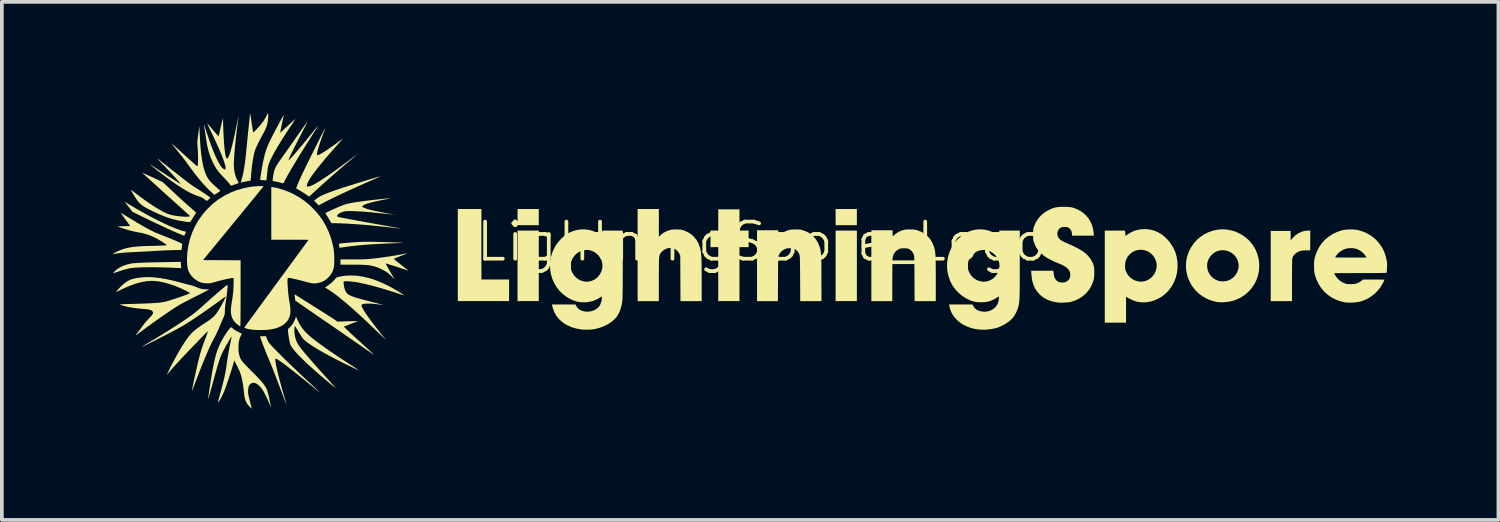
<source format=kicad_pcb>
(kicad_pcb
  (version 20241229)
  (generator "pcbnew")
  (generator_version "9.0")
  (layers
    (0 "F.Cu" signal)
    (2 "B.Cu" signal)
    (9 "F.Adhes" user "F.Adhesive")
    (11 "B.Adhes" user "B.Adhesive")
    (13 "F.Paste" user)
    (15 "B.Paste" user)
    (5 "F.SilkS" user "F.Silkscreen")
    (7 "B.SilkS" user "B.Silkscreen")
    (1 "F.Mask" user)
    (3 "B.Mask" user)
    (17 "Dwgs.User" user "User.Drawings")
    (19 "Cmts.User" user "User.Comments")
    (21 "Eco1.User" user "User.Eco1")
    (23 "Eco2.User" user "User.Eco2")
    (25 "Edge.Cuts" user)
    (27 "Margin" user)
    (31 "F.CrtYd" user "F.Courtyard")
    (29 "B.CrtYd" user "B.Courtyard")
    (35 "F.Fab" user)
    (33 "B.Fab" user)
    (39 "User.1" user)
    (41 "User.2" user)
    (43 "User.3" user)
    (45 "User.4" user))
  (footprint "LightningSpore_Logo"
    (layer "F.Cu")
    (at 17.472 3.962)
    (property "Reference" "LightningSpore_Logo" (at 0 -0.5 0) (unlocked yes) (layer "F.SilkS") (effects (font (size 1 1) (thickness 0.1))))
    (fp_poly (pts (xy -16.494 -2.595) (xy -16.499 -2.59) (xy -16.503 -2.595) (xy -16.499 -2.599)) (stroke (width 0) (type solid)) (fill yes) (layer "F.SilkS"))
    (fp_poly (pts (xy -14.086 -3.903) (xy -14.09 -3.899) (xy -14.095 -3.903) (xy -14.09 -3.908)) (stroke (width 0) (type solid)) (fill yes) (layer "F.SilkS"))
    (fp_poly (pts (xy -12.795 3.903) (xy -12.8 3.908) (xy -12.805 3.903) (xy -12.8 3.899)) (stroke (width 0) (type solid)) (fill yes) (layer "F.SilkS"))
    (fp_poly (pts (xy -10.842 2.967) (xy -10.846 2.972) (xy -10.851 2.967) (xy -10.846 2.963)) (stroke (width 0) (type solid)) (fill yes) (layer "F.SilkS"))
    (fp_poly (pts (xy -10.251 -2.267) (xy -10.255 -2.263) (xy -10.26 -2.267) (xy -10.255 -2.272)) (stroke (width 0) (type solid)) (fill yes) (layer "F.SilkS"))
    (fp_poly (pts (xy -9.942 -1.677) (xy -9.946 -1.672) (xy -9.951 -1.677) (xy -9.946 -1.681)) (stroke (width 0) (type solid)) (fill yes) (layer "F.SilkS"))
    (fp_poly (pts (xy -15.352 3.52) (xy -15.351 3.531) (xy -15.352 3.532) (xy -15.357 3.531) (xy -15.358 3.526) (xy -15.355 3.519)) (stroke (width 0) (type solid)) (fill yes) (layer "F.SilkS"))
    (fp_poly (pts (xy -10.135 1.212) (xy -10.138 1.216) (xy -10.147 1.217) (xy -10.157 1.215) (xy -10.153 1.212) (xy -10.138 1.21)) (stroke (width 0) (type solid)) (fill yes) (layer "F.SilkS"))
    (fp_poly (pts (xy -9.84 -1.224) (xy -9.839 -1.22) (xy -9.851 -1.219) (xy -9.864 -1.221) (xy -9.862 -1.224) (xy -9.844 -1.225)) (stroke (width 0) (type solid)) (fill yes) (layer "F.SilkS"))
    (fp_poly (pts (xy -9.69 -0.851) (xy -9.693 -0.847) (xy -9.702 -0.846) (xy -9.712 -0.848) (xy -9.707 -0.851) (xy -9.693 -0.852)) (stroke (width 0) (type solid)) (fill yes) (layer "F.SilkS"))
    (fp_poly (pts (xy -11.855 3.602) (xy -11.848 3.607) (xy -11.834 3.62) (xy -11.834 3.626) (xy -11.836 3.626) (xy -11.843 3.62) (xy -11.851 3.61) (xy -11.859 3.599)) (stroke (width 0) (type solid)) (fill yes) (layer "F.SilkS"))
    (fp_poly (pts (xy -10.872 -2.876) (xy -10.877 -2.869) (xy -10.89 -2.855) (xy -10.896 -2.855) (xy -10.896 -2.857) (xy -10.89 -2.865) (xy -10.88 -2.873) (xy -10.869 -2.881)) (stroke (width 0) (type solid)) (fill yes) (layer "F.SilkS"))
    (fp_poly (pts (xy -9.903 -1.233) (xy -9.903 -1.23) (xy -9.917 -1.229) (xy -9.919 -1.229) (xy -9.933 -1.23) (xy -9.932 -1.233) (xy -9.93 -1.233) (xy -9.911 -1.234)) (stroke (width 0) (type solid)) (fill yes) (layer "F.SilkS"))
    (fp_poly (pts (xy -6.007 -1.163) (xy -6.007 -0.945) (xy -6.293 -0.945) (xy -6.579 -0.945) (xy -6.579 -1.163) (xy -6.579 -1.381) (xy -6.293 -1.381) (xy -6.007 -1.381)) (stroke (width 0) (type solid)) (fill yes) (layer "F.SilkS"))
    (fp_poly (pts (xy -6.007 0.15) (xy -6.007 1.1) (xy -6.293 1.1) (xy -6.579 1.1) (xy -6.579 0.15) (xy -6.579 -0.8) (xy -6.293 -0.8) (xy -6.007 -0.8)) (stroke (width 0) (type solid)) (fill yes) (layer "F.SilkS"))
    (fp_poly (pts (xy 2.563 -1.163) (xy 2.563 -0.945) (xy 2.276 -0.945) (xy 1.99 -0.945) (xy 1.99 -1.163) (xy 1.99 -1.381) (xy 2.276 -1.381) (xy 2.563 -1.381)) (stroke (width 0) (type solid)) (fill yes) (layer "F.SilkS"))
    (fp_poly (pts (xy 2.563 0.15) (xy 2.563 1.1) (xy 2.276 1.1) (xy 1.99 1.1) (xy 1.99 0.15) (xy 1.99 -0.8) (xy 2.276 -0.8) (xy 2.563 -0.8)) (stroke (width 0) (type solid)) (fill yes) (layer "F.SilkS"))
    (fp_poly (pts (xy -7.552 -0.432) (xy -7.552 0.518) (xy -7.179 0.518) (xy -6.807 0.518) (xy -6.807 0.809) (xy -6.807 1.1) (xy -7.497 1.1) (xy -8.188 1.1) (xy -8.188 -0.141) (xy -8.188 -1.381) (xy -7.87 -1.381) (xy -7.552 -1.381)) (stroke (width 0) (type solid)) (fill yes) (layer "F.SilkS"))
    (fp_poly (pts (xy -0.6 -1.086) (xy -0.6 -0.8) (xy -0.477 -0.8) (xy -0.354 -0.8) (xy -0.354 -0.577) (xy -0.354 -0.354) (xy -0.477 -0.354) (xy -0.6 -0.354) (xy -0.6 0.373) (xy -0.6 1.1) (xy -0.886 1.1) (xy -1.172 1.1) (xy -1.172 0.373) (xy -1.172 -0.354) (xy -1.277 -0.354) (xy -1.381 -0.354) (xy -1.381 -0.577) (xy -1.381 -0.8) (xy -1.277 -0.8) (xy -1.172 -0.8) (xy -1.172 -1.086) (xy -1.172 -1.372) (xy -0.886 -1.372) (xy -0.6 -1.372)) (stroke (width 0) (type solid)) (fill yes) (layer "F.SilkS"))
    (fp_poly (pts (xy 14.777 -0.534) (xy 14.776 -0.268) (xy 14.67 -0.268) (xy 14.6 -0.266) (xy 14.542 -0.258) (xy 14.493 -0.245) (xy 14.446 -0.225) (xy 14.413 -0.207) (xy 14.36 -0.166) (xy 14.321 -0.118) (xy 14.298 -0.063) (xy 14.296 -0.054) (xy 14.293 -0.033) (xy 14.291 0.006) (xy 14.289 0.063) (xy 14.288 0.138) (xy 14.287 0.23) (xy 14.286 0.34) (xy 14.286 0.468) (xy 14.286 0.546) (xy 14.286 1.1) (xy 14 1.1) (xy 13.713 1.1) (xy 13.713 0.154) (xy 13.713 -0.791) (xy 13.981 -0.791) (xy 14.249 -0.791) (xy 14.249 -0.663) (xy 14.249 -0.536) (xy 14.303 -0.598) (xy 14.377 -0.672) (xy 14.459 -0.729) (xy 14.547 -0.77) (xy 14.641 -0.793) (xy 14.724 -0.8) (xy 14.777 -0.8)) (stroke (width 0) (type solid)) (fill yes) (layer "F.SilkS"))
    (fp_poly (pts (xy -17.153 -1.571) (xy -17.152 -1.57) (xy -17.142 -1.564) (xy -17.119 -1.55) (xy -17.086 -1.53) (xy -17.048 -1.507) (xy -17.035 -1.499) (xy -16.868 -1.4) (xy -16.704 -1.307) (xy -16.545 -1.218) (xy -16.39 -1.136) (xy -16.243 -1.061) (xy -16.103 -0.993) (xy -15.971 -0.932) (xy -15.85 -0.881) (xy -15.74 -0.838) (xy -15.643 -0.804) (xy -15.56 -0.782) (xy -15.534 -0.775) (xy -15.517 -0.77) (xy -15.513 -0.768) (xy -15.516 -0.753) (xy -15.525 -0.73) (xy -15.537 -0.704) (xy -15.549 -0.681) (xy -15.558 -0.666) (xy -15.562 -0.664) (xy -15.576 -0.667) (xy -15.599 -0.675) (xy -15.608 -0.679) (xy -15.694 -0.714) (xy -15.794 -0.757) (xy -15.908 -0.807) (xy -16.033 -0.864) (xy -16.169 -0.927) (xy -16.314 -0.995) (xy -16.465 -1.067) (xy -16.623 -1.144) (xy -16.671 -1.167) (xy -16.953 -1.305) (xy -17.044 -1.422) (xy -17.084 -1.473) (xy -17.113 -1.512) (xy -17.134 -1.539) (xy -17.147 -1.557) (xy -17.154 -1.567) (xy -17.156 -1.571)) (stroke (width 0) (type solid)) (fill yes) (layer "F.SilkS"))
    (fp_poly (pts (xy -15.649 0.092) (xy -15.648 0.128) (xy -15.645 0.163) (xy -15.643 0.176) (xy -15.637 0.212) (xy -15.772 0.206) (xy -15.951 0.198) (xy -16.121 0.193) (xy -16.28 0.189) (xy -16.429 0.187) (xy -16.565 0.188) (xy -16.688 0.19) (xy -16.796 0.194) (xy -16.888 0.199) (xy -16.964 0.207) (xy -16.98 0.209) (xy -17.061 0.224) (xy -17.156 0.248) (xy -17.261 0.279) (xy -17.348 0.308) (xy -17.398 0.325) (xy -17.433 0.337) (xy -17.455 0.342) (xy -17.466 0.342) (xy -17.467 0.338) (xy -17.467 0.337) (xy -17.451 0.316) (xy -17.423 0.289) (xy -17.389 0.259) (xy -17.35 0.229) (xy -17.313 0.204) (xy -17.295 0.193) (xy -17.21 0.152) (xy -17.112 0.118) (xy -17.007 0.091) (xy -17.003 0.09) (xy -16.976 0.085) (xy -16.941 0.081) (xy -16.899 0.077) (xy -16.848 0.073) (xy -16.786 0.069) (xy -16.714 0.066) (xy -16.63 0.063) (xy -16.532 0.06) (xy -16.421 0.057) (xy -16.294 0.054) (xy -16.15 0.051) (xy -16.019 0.049) (xy -15.649 0.043)) (stroke (width 0) (type solid)) (fill yes) (layer "F.SilkS"))
    (fp_poly (pts (xy -10.519 -0.498) (xy -10.434 -0.496) (xy -10.336 -0.494) (xy -10.223 -0.491) (xy -10.215 -0.491) (xy -10.09 -0.487) (xy -9.981 -0.484) (xy -9.891 -0.481) (xy -9.816 -0.479) (xy -9.758 -0.476) (xy -9.716 -0.474) (xy -9.689 -0.472) (xy -9.676 -0.47) (xy -9.678 -0.469) (xy -9.694 -0.467) (xy -9.722 -0.465) (xy -9.764 -0.464) (xy -9.817 -0.462) (xy -9.851 -0.461) (xy -10.071 -0.453) (xy -10.285 -0.443) (xy -10.49 -0.431) (xy -10.685 -0.417) (xy -10.869 -0.401) (xy -11.038 -0.383) (xy -11.192 -0.363) (xy -11.254 -0.354) (xy -11.298 -0.347) (xy -11.334 -0.342) (xy -11.36 -0.338) (xy -11.373 -0.336) (xy -11.373 -0.336) (xy -11.375 -0.344) (xy -11.38 -0.365) (xy -11.384 -0.388) (xy -11.389 -0.417) (xy -11.391 -0.438) (xy -11.39 -0.444) (xy -11.379 -0.448) (xy -11.352 -0.452) (xy -11.311 -0.457) (xy -11.26 -0.463) (xy -11.2 -0.468) (xy -11.135 -0.474) (xy -11.065 -0.479) (xy -10.995 -0.484) (xy -10.925 -0.489) (xy -10.865 -0.492) (xy -10.797 -0.495) (xy -10.732 -0.497) (xy -10.666 -0.498) (xy -10.596 -0.498)) (stroke (width 0) (type solid)) (fill yes) (layer "F.SilkS"))
    (fp_poly (pts (xy -10.278 -2.259) (xy -10.299 -2.249) (xy -10.332 -2.234) (xy -10.377 -2.214) (xy -10.43 -2.19) (xy -10.49 -2.164) (xy -10.512 -2.154) (xy -10.671 -2.084) (xy -10.828 -2.014) (xy -10.98 -1.945) (xy -11.127 -1.878) (xy -11.266 -1.814) (xy -11.396 -1.753) (xy -11.516 -1.695) (xy -11.623 -1.643) (xy -11.717 -1.596) (xy -11.796 -1.555) (xy -11.803 -1.551) (xy -11.847 -1.528) (xy -11.885 -1.508) (xy -11.914 -1.492) (xy -11.931 -1.483) (xy -11.935 -1.481) (xy -11.942 -1.487) (xy -11.959 -1.503) (xy -11.982 -1.527) (xy -11.999 -1.544) (xy -12.061 -1.606) (xy -12.021 -1.638) (xy -11.984 -1.667) (xy -11.945 -1.694) (xy -11.902 -1.719) (xy -11.853 -1.745) (xy -11.796 -1.771) (xy -11.729 -1.798) (xy -11.651 -1.828) (xy -11.558 -1.862) (xy -11.473 -1.892) (xy -11.427 -1.908) (xy -11.368 -1.927) (xy -11.3 -1.95) (xy -11.224 -1.974) (xy -11.141 -2) (xy -11.054 -2.028) (xy -10.964 -2.056) (xy -10.872 -2.085) (xy -10.781 -2.113) (xy -10.693 -2.14) (xy -10.608 -2.166) (xy -10.529 -2.19) (xy -10.457 -2.211) (xy -10.395 -2.23) (xy -10.344 -2.244) (xy -10.305 -2.255) (xy -10.28 -2.261) (xy -10.273 -2.263)) (stroke (width 0) (type solid)) (fill yes) (layer "F.SilkS"))
    (fp_poly (pts (xy -2.772 -1.008) (xy -2.772 -0.634) (xy -2.717 -0.685) (xy -2.68 -0.715) (xy -2.636 -0.745) (xy -2.597 -0.767) (xy -2.538 -0.794) (xy -2.483 -0.812) (xy -2.428 -0.824) (xy -2.366 -0.829) (xy -2.295 -0.831) (xy -2.244 -0.83) (xy -2.205 -0.828) (xy -2.174 -0.825) (xy -2.144 -0.818) (xy -2.11 -0.808) (xy -2.089 -0.8) (xy -1.989 -0.757) (xy -1.899 -0.7) (xy -1.822 -0.629) (xy -1.756 -0.545) (xy -1.703 -0.449) (xy -1.664 -0.341) (xy -1.655 -0.309) (xy -1.648 -0.276) (xy -1.641 -0.24) (xy -1.636 -0.198) (xy -1.632 -0.15) (xy -1.628 -0.093) (xy -1.625 -0.027) (xy -1.622 0.049) (xy -1.62 0.138) (xy -1.619 0.24) (xy -1.618 0.356) (xy -1.618 0.489) (xy -1.618 0.566) (xy -1.618 1.1) (xy -1.904 1.1) (xy -2.189 1.1) (xy -2.192 0.488) (xy -2.195 -0.123) (xy -2.218 -0.173) (xy -2.256 -0.234) (xy -2.305 -0.282) (xy -2.364 -0.315) (xy -2.432 -0.332) (xy -2.494 -0.332) (xy -2.558 -0.317) (xy -2.619 -0.289) (xy -2.673 -0.251) (xy -2.715 -0.205) (xy -2.717 -0.202) (xy -2.728 -0.186) (xy -2.737 -0.171) (xy -2.745 -0.156) (xy -2.751 -0.139) (xy -2.756 -0.119) (xy -2.761 -0.094) (xy -2.764 -0.063) (xy -2.767 -0.025) (xy -2.769 0.021) (xy -2.77 0.078) (xy -2.771 0.147) (xy -2.771 0.228) (xy -2.772 0.324) (xy -2.772 0.436) (xy -2.772 0.515) (xy -2.772 1.1) (xy -3.058 1.1) (xy -3.344 1.1) (xy -3.344 -0.141) (xy -3.344 -1.381) (xy -3.058 -1.381) (xy -2.772 -1.381)) (stroke (width 0) (type solid)) (fill yes) (layer "F.SilkS"))
    (fp_poly (pts (xy -13.298 -3.953) (xy -13.297 -3.931) (xy -13.296 -3.897) (xy -13.297 -3.855) (xy -13.304 -3.771) (xy -13.317 -3.693) (xy -13.337 -3.617) (xy -13.367 -3.54) (xy -13.406 -3.457) (xy -13.445 -3.386) (xy -13.504 -3.277) (xy -13.562 -3.165) (xy -13.613 -3.057) (xy -13.632 -3.015) (xy -13.652 -2.961) (xy -13.672 -2.892) (xy -13.69 -2.809) (xy -13.708 -2.714) (xy -13.724 -2.611) (xy -13.738 -2.501) (xy -13.75 -2.386) (xy -13.758 -2.282) (xy -13.762 -2.227) (xy -13.766 -2.188) (xy -13.772 -2.162) (xy -13.779 -2.147) (xy -13.789 -2.139) (xy -13.803 -2.136) (xy -13.813 -2.136) (xy -13.831 -2.134) (xy -13.862 -2.129) (xy -13.902 -2.122) (xy -13.936 -2.115) (xy -14.037 -2.094) (xy -14.012 -2.178) (xy -13.991 -2.255) (xy -13.971 -2.337) (xy -13.954 -2.426) (xy -13.938 -2.524) (xy -13.922 -2.635) (xy -13.907 -2.759) (xy -13.892 -2.898) (xy -13.891 -2.917) (xy -13.879 -3.035) (xy -13.867 -3.152) (xy -13.856 -3.267) (xy -13.845 -3.377) (xy -13.834 -3.482) (xy -13.824 -3.58) (xy -13.815 -3.67) (xy -13.807 -3.75) (xy -13.799 -3.819) (xy -13.793 -3.876) (xy -13.789 -3.919) (xy -13.785 -3.947) (xy -13.783 -3.959) (xy -13.783 -3.959) (xy -13.781 -3.951) (xy -13.777 -3.928) (xy -13.771 -3.891) (xy -13.763 -3.843) (xy -13.755 -3.786) (xy -13.746 -3.728) (xy -13.737 -3.663) (xy -13.727 -3.604) (xy -13.719 -3.551) (xy -13.712 -3.509) (xy -13.707 -3.48) (xy -13.705 -3.467) (xy -13.698 -3.44) (xy -13.607 -3.532) (xy -13.51 -3.638) (xy -13.43 -3.742) (xy -13.367 -3.844) (xy -13.352 -3.873) (xy -13.334 -3.909) (xy -13.318 -3.938) (xy -13.306 -3.957) (xy -13.301 -3.962)) (stroke (width 0) (type solid)) (fill yes) (layer "F.SilkS"))
    (fp_poly (pts (xy -12.881 -3.904) (xy -12.885 -3.879) (xy -12.892 -3.841) (xy -12.902 -3.793) (xy -12.914 -3.736) (xy -12.927 -3.676) (xy -12.94 -3.613) (xy -12.952 -3.556) (xy -12.962 -3.508) (xy -12.969 -3.471) (xy -12.973 -3.446) (xy -12.974 -3.438) (xy -12.966 -3.443) (xy -12.947 -3.459) (xy -12.919 -3.484) (xy -12.882 -3.518) (xy -12.838 -3.558) (xy -12.789 -3.603) (xy -12.77 -3.621) (xy -12.719 -3.668) (xy -12.673 -3.71) (xy -12.633 -3.747) (xy -12.601 -3.776) (xy -12.578 -3.797) (xy -12.566 -3.807) (xy -12.565 -3.808) (xy -12.568 -3.801) (xy -12.581 -3.78) (xy -12.601 -3.749) (xy -12.628 -3.708) (xy -12.659 -3.659) (xy -12.695 -3.606) (xy -12.699 -3.601) (xy -12.8 -3.448) (xy -12.892 -3.304) (xy -12.977 -3.168) (xy -13.053 -3.042) (xy -13.119 -2.927) (xy -13.176 -2.822) (xy -13.223 -2.728) (xy -13.26 -2.647) (xy -13.286 -2.578) (xy -13.302 -2.523) (xy -13.303 -2.517) (xy -13.307 -2.491) (xy -13.312 -2.451) (xy -13.318 -2.402) (xy -13.324 -2.348) (xy -13.328 -2.311) (xy -13.344 -2.154) (xy -13.39 -2.155) (xy -13.427 -2.157) (xy -13.464 -2.16) (xy -13.475 -2.16) (xy -13.498 -2.164) (xy -13.512 -2.17) (xy -13.513 -2.173) (xy -13.512 -2.19) (xy -13.508 -2.222) (xy -13.501 -2.266) (xy -13.493 -2.318) (xy -13.484 -2.376) (xy -13.474 -2.436) (xy -13.464 -2.495) (xy -13.454 -2.549) (xy -13.445 -2.597) (xy -13.44 -2.626) (xy -13.418 -2.729) (xy -13.397 -2.817) (xy -13.376 -2.895) (xy -13.354 -2.967) (xy -13.329 -3.037) (xy -13.3 -3.108) (xy -13.265 -3.184) (xy -13.224 -3.27) (xy -13.216 -3.285) (xy -13.194 -3.329) (xy -13.167 -3.381) (xy -13.137 -3.439) (xy -13.105 -3.501) (xy -13.071 -3.565) (xy -13.037 -3.629) (xy -13.003 -3.691) (xy -12.972 -3.75) (xy -12.943 -3.802) (xy -12.919 -3.847) (xy -12.899 -3.881) (xy -12.886 -3.904) (xy -12.88 -3.913) (xy -12.879 -3.913)) (stroke (width 0) (type solid)) (fill yes) (layer "F.SilkS"))
    (fp_poly (pts (xy -12.575 0.924) (xy -12.554 0.936) (xy -12.523 0.955) (xy -12.485 0.979) (xy -12.458 0.996) (xy -12.425 1.017) (xy -12.379 1.046) (xy -12.322 1.083) (xy -12.256 1.124) (xy -12.183 1.17) (xy -12.106 1.219) (xy -12.025 1.269) (xy -11.953 1.315) (xy -11.875 1.364) (xy -11.8 1.411) (xy -11.728 1.456) (xy -11.663 1.498) (xy -11.606 1.534) (xy -11.559 1.565) (xy -11.524 1.588) (xy -11.502 1.603) (xy -11.502 1.603) (xy -11.433 1.653) (xy -11.159 1.644) (xy -11.09 1.642) (xy -11.028 1.64) (xy -10.973 1.639) (xy -10.93 1.638) (xy -10.899 1.638) (xy -10.883 1.638) (xy -10.882 1.638) (xy -10.889 1.642) (xy -10.911 1.651) (xy -10.945 1.665) (xy -10.989 1.683) (xy -11.04 1.703) (xy -11.065 1.712) (xy -11.12 1.734) (xy -11.168 1.753) (xy -11.208 1.769) (xy -11.238 1.782) (xy -11.253 1.79) (xy -11.256 1.791) (xy -11.25 1.798) (xy -11.232 1.817) (xy -11.203 1.845) (xy -11.163 1.882) (xy -11.115 1.928) (xy -11.059 1.98) (xy -10.997 2.038) (xy -10.929 2.1) (xy -10.857 2.166) (xy -10.855 2.167) (xy -10.769 2.246) (xy -10.695 2.314) (xy -10.633 2.371) (xy -10.581 2.418) (xy -10.54 2.457) (xy -10.507 2.487) (xy -10.483 2.51) (xy -10.467 2.526) (xy -10.457 2.537) (xy -10.452 2.542) (xy -10.452 2.544) (xy -10.453 2.544) (xy -10.461 2.539) (xy -10.482 2.524) (xy -10.515 2.502) (xy -10.558 2.472) (xy -10.61 2.436) (xy -10.67 2.395) (xy -10.735 2.35) (xy -10.779 2.319) (xy -10.835 2.28) (xy -10.905 2.232) (xy -10.986 2.176) (xy -11.077 2.113) (xy -11.176 2.045) (xy -11.281 1.972) (xy -11.391 1.896) (xy -11.504 1.818) (xy -11.619 1.739) (xy -11.733 1.661) (xy -11.835 1.591) (xy -12.566 1.087) (xy -12.577 1.006) (xy -12.582 0.97) (xy -12.584 0.941) (xy -12.584 0.924) (xy -12.584 0.921)) (stroke (width 0) (type solid)) (fill yes) (layer "F.SilkS"))
    (fp_poly (pts (xy -9.553 -0.185) (xy -9.575 -0.175) (xy -9.609 -0.161) (xy -9.653 -0.144) (xy -9.704 -0.124) (xy -9.729 -0.114) (xy -9.783 -0.093) (xy -9.831 -0.074) (xy -9.87 -0.058) (xy -9.897 -0.045) (xy -9.911 -0.037) (xy -9.913 -0.036) (xy -9.905 -0.029) (xy -9.885 -0.012) (xy -9.855 0.013) (xy -9.816 0.044) (xy -9.77 0.08) (xy -9.728 0.113) (xy -9.661 0.166) (xy -9.608 0.209) (xy -9.568 0.241) (xy -9.541 0.264) (xy -9.526 0.277) (xy -9.524 0.281) (xy -9.528 0.28) (xy -9.542 0.274) (xy -9.571 0.264) (xy -9.61 0.25) (xy -9.659 0.234) (xy -9.715 0.215) (xy -9.776 0.196) (xy -9.838 0.175) (xy -9.9 0.156) (xy -9.959 0.137) (xy -10.014 0.12) (xy -10.06 0.105) (xy -10.097 0.094) (xy -10.121 0.087) (xy -10.13 0.085) (xy -10.13 0.085) (xy -10.128 0.094) (xy -10.117 0.116) (xy -10.098 0.151) (xy -10.071 0.201) (xy -10.035 0.266) (xy -9.989 0.345) (xy -9.935 0.439) (xy -9.917 0.47) (xy -9.905 0.492) (xy -9.898 0.506) (xy -9.898 0.508) (xy -9.905 0.502) (xy -9.921 0.485) (xy -9.944 0.461) (xy -9.954 0.449) (xy -10.016 0.388) (xy -10.084 0.334) (xy -10.163 0.284) (xy -10.237 0.245) (xy -10.297 0.217) (xy -10.354 0.193) (xy -10.409 0.173) (xy -10.465 0.157) (xy -10.525 0.144) (xy -10.59 0.134) (xy -10.663 0.127) (xy -10.746 0.122) (xy -10.841 0.12) (xy -10.951 0.118) (xy -11.022 0.118) (xy -11.35 0.118) (xy -11.35 0.048) (xy -11.35 -0.023) (xy -11.021 -0.023) (xy -10.916 -0.023) (xy -10.819 -0.024) (xy -10.733 -0.026) (xy -10.658 -0.029) (xy -10.599 -0.032) (xy -10.569 -0.035) (xy -10.437 -0.049) (xy -10.296 -0.066) (xy -10.152 -0.086) (xy -10.009 -0.107) (xy -9.871 -0.129) (xy -9.742 -0.152) (xy -9.638 -0.172) (xy -9.6 -0.18) (xy -9.57 -0.185) (xy -9.55 -0.188) (xy -9.546 -0.188)) (stroke (width 0) (type solid)) (fill yes) (layer "F.SilkS"))
    (fp_poly (pts (xy 4.041 -0.83) (xy 4.085 -0.829) (xy 4.12 -0.825) (xy 4.152 -0.819) (xy 4.184 -0.81) (xy 4.289 -0.771) (xy 4.383 -0.718) (xy 4.466 -0.651) (xy 4.536 -0.571) (xy 4.593 -0.479) (xy 4.637 -0.375) (xy 4.652 -0.322) (xy 4.659 -0.293) (xy 4.665 -0.263) (xy 4.671 -0.229) (xy 4.675 -0.191) (xy 4.679 -0.147) (xy 4.682 -0.095) (xy 4.684 -0.035) (xy 4.686 0.036) (xy 4.687 0.118) (xy 4.688 0.213) (xy 4.689 0.323) (xy 4.689 0.449) (xy 4.689 0.525) (xy 4.689 1.1) (xy 4.403 1.1) (xy 4.118 1.1) (xy 4.115 0.493) (xy 4.114 0.373) (xy 4.114 0.27) (xy 4.113 0.183) (xy 4.113 0.109) (xy 4.112 0.048) (xy 4.111 -0.002) (xy 4.11 -0.042) (xy 4.109 -0.073) (xy 4.107 -0.098) (xy 4.105 -0.116) (xy 4.102 -0.131) (xy 4.1 -0.142) (xy 4.096 -0.152) (xy 4.092 -0.162) (xy 4.066 -0.215) (xy 4.035 -0.254) (xy 3.996 -0.286) (xy 3.979 -0.296) (xy 3.956 -0.308) (xy 3.935 -0.316) (xy 3.913 -0.32) (xy 3.883 -0.322) (xy 3.84 -0.323) (xy 3.835 -0.323) (xy 3.791 -0.322) (xy 3.76 -0.32) (xy 3.736 -0.316) (xy 3.714 -0.308) (xy 3.689 -0.296) (xy 3.684 -0.294) (xy 3.623 -0.253) (xy 3.577 -0.202) (xy 3.544 -0.141) (xy 3.526 -0.072) (xy 3.524 -0.05) (xy 3.523 -0.011) (xy 3.521 0.044) (xy 3.52 0.113) (xy 3.519 0.196) (xy 3.518 0.292) (xy 3.517 0.399) (xy 3.517 0.516) (xy 3.517 0.543) (xy 3.517 1.1) (xy 3.235 1.1) (xy 2.953 1.1) (xy 2.953 0.145) (xy 2.953 -0.809) (xy 3.24 -0.809) (xy 3.526 -0.809) (xy 3.526 -0.726) (xy 3.526 -0.644) (xy 3.574 -0.684) (xy 3.639 -0.735) (xy 3.703 -0.773) (xy 3.771 -0.801) (xy 3.785 -0.806) (xy 3.817 -0.816) (xy 3.846 -0.823) (xy 3.876 -0.827) (xy 3.913 -0.829) (xy 3.961 -0.83) (xy 3.985 -0.831)) (stroke (width 0) (type solid)) (fill yes) (layer "F.SilkS"))
    (fp_poly (pts (xy 0.961 -0.83) (xy 1.004 -0.829) (xy 1.039 -0.825) (xy 1.072 -0.819) (xy 1.104 -0.81) (xy 1.209 -0.771) (xy 1.303 -0.718) (xy 1.385 -0.651) (xy 1.455 -0.571) (xy 1.512 -0.479) (xy 1.556 -0.375) (xy 1.572 -0.322) (xy 1.579 -0.293) (xy 1.585 -0.263) (xy 1.59 -0.229) (xy 1.594 -0.191) (xy 1.598 -0.147) (xy 1.601 -0.095) (xy 1.603 -0.035) (xy 1.605 0.036) (xy 1.607 0.118) (xy 1.608 0.213) (xy 1.608 0.323) (xy 1.608 0.449) (xy 1.608 0.525) (xy 1.609 1.1) (xy 1.323 1.1) (xy 1.037 1.1) (xy 1.034 0.498) (xy 1.033 0.377) (xy 1.033 0.273) (xy 1.032 0.184) (xy 1.031 0.11) (xy 1.03 0.048) (xy 1.029 -0.003) (xy 1.028 -0.043) (xy 1.026 -0.075) (xy 1.025 -0.1) (xy 1.022 -0.119) (xy 1.02 -0.134) (xy 1.017 -0.146) (xy 1.015 -0.151) (xy 0.989 -0.21) (xy 0.954 -0.255) (xy 0.906 -0.29) (xy 0.887 -0.3) (xy 0.857 -0.314) (xy 0.833 -0.322) (xy 0.809 -0.326) (xy 0.777 -0.327) (xy 0.748 -0.326) (xy 0.704 -0.323) (xy 0.671 -0.318) (xy 0.641 -0.308) (xy 0.607 -0.293) (xy 0.607 -0.293) (xy 0.546 -0.254) (xy 0.499 -0.206) (xy 0.464 -0.144) (xy 0.461 -0.137) (xy 0.457 -0.127) (xy 0.454 -0.116) (xy 0.451 -0.105) (xy 0.448 -0.091) (xy 0.446 -0.072) (xy 0.444 -0.048) (xy 0.443 -0.017) (xy 0.442 0.022) (xy 0.441 0.071) (xy 0.44 0.131) (xy 0.44 0.204) (xy 0.439 0.291) (xy 0.439 0.393) (xy 0.438 0.507) (xy 0.435 1.1) (xy 0.154 1.1) (xy -0.127 1.1) (xy -0.127 0.145) (xy -0.127 -0.809) (xy 0.159 -0.809) (xy 0.445 -0.809) (xy 0.445 -0.726) (xy 0.445 -0.644) (xy 0.493 -0.684) (xy 0.558 -0.735) (xy 0.622 -0.773) (xy 0.691 -0.801) (xy 0.704 -0.806) (xy 0.737 -0.816) (xy 0.765 -0.823) (xy 0.796 -0.827) (xy 0.832 -0.829) (xy 0.88 -0.83) (xy 0.904 -0.831)) (stroke (width 0) (type solid)) (fill yes) (layer "F.SilkS"))
    (fp_poly (pts (xy 10.465 -0.827) (xy 10.578 -0.797) (xy 10.686 -0.75) (xy 10.788 -0.687) (xy 10.883 -0.608) (xy 10.971 -0.513) (xy 11.016 -0.453) (xy 11.088 -0.338) (xy 11.142 -0.218) (xy 11.179 -0.091) (xy 11.199 0.042) (xy 11.203 0.181) (xy 11.202 0.194) (xy 11.188 0.332) (xy 11.157 0.462) (xy 11.11 0.585) (xy 11.045 0.702) (xy 10.968 0.807) (xy 10.884 0.895) (xy 10.79 0.971) (xy 10.687 1.033) (xy 10.577 1.081) (xy 10.463 1.115) (xy 10.347 1.132) (xy 10.23 1.133) (xy 10.115 1.117) (xy 10.097 1.113) (xy 10.058 1.101) (xy 10.01 1.082) (xy 9.957 1.059) (xy 9.906 1.035) (xy 9.862 1.011) (xy 9.844 0.999) (xy 9.815 0.98) (xy 9.815 1.33) (xy 9.815 1.681) (xy 9.528 1.681) (xy 9.242 1.681) (xy 9.242 0.441) (xy 9.242 0.14) (xy 9.788 0.14) (xy 9.789 0.172) (xy 9.791 0.216) (xy 9.795 0.248) (xy 9.803 0.276) (xy 9.815 0.305) (xy 9.826 0.329) (xy 9.872 0.404) (xy 9.93 0.466) (xy 9.997 0.515) (xy 10.071 0.55) (xy 10.15 0.571) (xy 10.232 0.576) (xy 10.315 0.564) (xy 10.349 0.554) (xy 10.426 0.518) (xy 10.493 0.469) (xy 10.549 0.409) (xy 10.593 0.34) (xy 10.623 0.264) (xy 10.639 0.184) (xy 10.639 0.102) (xy 10.628 0.043) (xy 10.598 -0.039) (xy 10.556 -0.109) (xy 10.503 -0.169) (xy 10.44 -0.217) (xy 10.371 -0.252) (xy 10.297 -0.275) (xy 10.221 -0.284) (xy 10.143 -0.279) (xy 10.067 -0.259) (xy 9.994 -0.224) (xy 9.926 -0.173) (xy 9.916 -0.164) (xy 9.86 -0.099) (xy 9.821 -0.028) (xy 9.797 0.052) (xy 9.788 0.14) (xy 9.242 0.14) (xy 9.242 -0.8) (xy 9.514 -0.8) (xy 9.785 -0.8) (xy 9.791 -0.766) (xy 9.794 -0.733) (xy 9.796 -0.697) (xy 9.796 -0.693) (xy 9.796 -0.655) (xy 9.853 -0.694) (xy 9.948 -0.752) (xy 10.043 -0.795) (xy 10.144 -0.823) (xy 10.227 -0.835) (xy 10.348 -0.84)) (stroke (width 0) (type solid)) (fill yes) (layer "F.SilkS"))
    (fp_poly (pts (xy 12.546 -0.826) (xy 12.668 -0.8) (xy 12.788 -0.76) (xy 12.902 -0.706) (xy 13.008 -0.638) (xy 13.104 -0.558) (xy 13.14 -0.522) (xy 13.225 -0.418) (xy 13.294 -0.306) (xy 13.346 -0.186) (xy 13.382 -0.06) (xy 13.401 0.071) (xy 13.404 0.15) (xy 13.396 0.281) (xy 13.37 0.408) (xy 13.33 0.527) (xy 13.274 0.639) (xy 13.206 0.742) (xy 13.125 0.836) (xy 13.032 0.919) (xy 12.93 0.989) (xy 12.818 1.047) (xy 12.698 1.091) (xy 12.571 1.119) (xy 12.446 1.131) (xy 12.396 1.132) (xy 12.348 1.131) (xy 12.306 1.129) (xy 12.282 1.127) (xy 12.21 1.112) (xy 12.13 1.09) (xy 12.052 1.063) (xy 11.99 1.036) (xy 11.877 0.973) (xy 11.773 0.896) (xy 11.681 0.805) (xy 11.601 0.703) (xy 11.534 0.591) (xy 11.482 0.47) (xy 11.465 0.415) (xy 11.437 0.288) (xy 11.427 0.16) (xy 11.43 0.109) (xy 11.999 0.109) (xy 12.001 0.197) (xy 12.019 0.28) (xy 12.053 0.356) (xy 12.1 0.423) (xy 12.16 0.48) (xy 12.232 0.525) (xy 12.313 0.556) (xy 12.332 0.561) (xy 12.389 0.568) (xy 12.454 0.567) (xy 12.518 0.558) (xy 12.564 0.546) (xy 12.639 0.511) (xy 12.705 0.462) (xy 12.76 0.402) (xy 12.803 0.334) (xy 12.833 0.259) (xy 12.848 0.181) (xy 12.846 0.101) (xy 12.841 0.071) (xy 12.816 -0.011) (xy 12.776 -0.084) (xy 12.724 -0.146) (xy 12.662 -0.197) (xy 12.592 -0.235) (xy 12.516 -0.261) (xy 12.436 -0.272) (xy 12.355 -0.267) (xy 12.273 -0.246) (xy 12.235 -0.231) (xy 12.169 -0.19) (xy 12.111 -0.136) (xy 12.062 -0.072) (xy 12.025 -0.001) (xy 12.003 0.073) (xy 11.999 0.109) (xy 11.43 0.109) (xy 11.434 0.033) (xy 11.459 -0.093) (xy 11.499 -0.214) (xy 11.556 -0.331) (xy 11.629 -0.441) (xy 11.702 -0.528) (xy 11.797 -0.615) (xy 11.904 -0.69) (xy 12.02 -0.75) (xy 12.145 -0.795) (xy 12.277 -0.824) (xy 12.302 -0.828) (xy 12.423 -0.835)) (stroke (width 0) (type solid)) (fill yes) (layer "F.SilkS"))
    (fp_poly (pts (xy -16.273 -2.734) (xy -16.258 -2.724) (xy -16.233 -2.706) (xy -16.197 -2.678) (xy -16.15 -2.641) (xy -16.09 -2.594) (xy -16.017 -2.535) (xy -15.981 -2.507) (xy -15.857 -2.408) (xy -15.746 -2.321) (xy -15.648 -2.244) (xy -15.561 -2.177) (xy -15.485 -2.119) (xy -15.419 -2.069) (xy -15.362 -2.028) (xy -15.313 -1.994) (xy -15.271 -1.967) (xy -15.264 -1.963) (xy -15.212 -1.93) (xy -15.155 -1.894) (xy -15.098 -1.857) (xy -15.043 -1.82) (xy -14.991 -1.785) (xy -14.947 -1.755) (xy -14.912 -1.73) (xy -14.889 -1.713) (xy -14.886 -1.71) (xy -14.854 -1.682) (xy -14.899 -1.641) (xy -14.923 -1.62) (xy -14.941 -1.606) (xy -14.949 -1.6) (xy -14.958 -1.605) (xy -14.978 -1.618) (xy -15.003 -1.637) (xy -15.004 -1.637) (xy -15.04 -1.663) (xy -15.074 -1.683) (xy -15.11 -1.701) (xy -15.153 -1.718) (xy -15.208 -1.737) (xy -15.221 -1.741) (xy -15.306 -1.774) (xy -15.403 -1.82) (xy -15.512 -1.88) (xy -15.633 -1.953) (xy -15.765 -2.04) (xy -15.91 -2.14) (xy -16.066 -2.254) (xy -16.075 -2.261) (xy -16.121 -2.296) (xy -16.172 -2.334) (xy -16.224 -2.375) (xy -16.277 -2.416) (xy -16.327 -2.455) (xy -16.374 -2.493) (xy -16.415 -2.526) (xy -16.449 -2.553) (xy -16.472 -2.573) (xy -16.484 -2.584) (xy -16.485 -2.585) (xy -16.478 -2.582) (xy -16.458 -2.569) (xy -16.426 -2.55) (xy -16.386 -2.524) (xy -16.34 -2.494) (xy -16.31 -2.474) (xy -16.201 -2.403) (xy -16.1 -2.337) (xy -16.007 -2.276) (xy -15.924 -2.222) (xy -15.85 -2.175) (xy -15.787 -2.135) (xy -15.736 -2.103) (xy -15.697 -2.079) (xy -15.671 -2.064) (xy -15.66 -2.058) (xy -15.66 -2.058) (xy -15.663 -2.067) (xy -15.678 -2.089) (xy -15.705 -2.121) (xy -15.742 -2.164) (xy -15.788 -2.216) (xy -15.843 -2.276) (xy -15.907 -2.344) (xy -15.977 -2.419) (xy -16.054 -2.499) (xy -16.067 -2.513) (xy -16.111 -2.559) (xy -16.156 -2.606) (xy -16.199 -2.65) (xy -16.235 -2.688) (xy -16.262 -2.716) (xy -16.262 -2.716) (xy -16.274 -2.729) (xy -16.278 -2.735)) (stroke (width 0) (type solid)) (fill yes) (layer "F.SilkS"))
    (fp_poly (pts (xy -16.682 -2.357) (xy -16.659 -2.347) (xy -16.624 -2.331) (xy -16.577 -2.31) (xy -16.522 -2.284) (xy -16.46 -2.256) (xy -16.411 -2.233) (xy -16.133 -2.103) (xy -15.93 -1.912) (xy -15.824 -1.813) (xy -15.73 -1.725) (xy -15.643 -1.645) (xy -15.562 -1.572) (xy -15.485 -1.503) (xy -15.41 -1.436) (xy -15.366 -1.398) (xy -15.326 -1.362) (xy -15.291 -1.331) (xy -15.264 -1.305) (xy -15.246 -1.288) (xy -15.24 -1.28) (xy -15.245 -1.268) (xy -15.258 -1.247) (xy -15.276 -1.219) (xy -15.28 -1.215) (xy -15.305 -1.178) (xy -15.333 -1.134) (xy -15.358 -1.093) (xy -15.358 -1.093) (xy -15.372 -1.068) (xy -15.383 -1.05) (xy -15.395 -1.038) (xy -15.41 -1.032) (xy -15.43 -1.029) (xy -15.46 -1.031) (xy -15.501 -1.037) (xy -15.558 -1.044) (xy -15.566 -1.046) (xy -15.722 -1.073) (xy -15.88 -1.112) (xy -16.041 -1.164) (xy -16.208 -1.229) (xy -16.382 -1.308) (xy -16.458 -1.346) (xy -16.54 -1.388) (xy -16.607 -1.425) (xy -16.663 -1.46) (xy -16.71 -1.493) (xy -16.75 -1.528) (xy -16.786 -1.567) (xy -16.821 -1.61) (xy -16.857 -1.661) (xy -16.864 -1.672) (xy -16.888 -1.71) (xy -16.913 -1.75) (xy -16.937 -1.791) (xy -16.959 -1.829) (xy -16.977 -1.861) (xy -16.988 -1.884) (xy -16.992 -1.895) (xy -16.992 -1.895) (xy -16.984 -1.891) (xy -16.964 -1.877) (xy -16.935 -1.856) (xy -16.899 -1.829) (xy -16.871 -1.807) (xy -16.75 -1.715) (xy -16.631 -1.628) (xy -16.515 -1.547) (xy -16.404 -1.473) (xy -16.299 -1.406) (xy -16.201 -1.349) (xy -16.113 -1.301) (xy -16.035 -1.264) (xy -15.974 -1.24) (xy -15.919 -1.224) (xy -15.852 -1.209) (xy -15.779 -1.196) (xy -15.702 -1.186) (xy -15.627 -1.178) (xy -15.556 -1.174) (xy -15.494 -1.173) (xy -15.445 -1.177) (xy -15.433 -1.179) (xy -15.394 -1.186) (xy -16.044 -1.771) (xy -16.137 -1.855) (xy -16.225 -1.934) (xy -16.308 -2.01) (xy -16.386 -2.08) (xy -16.457 -2.145) (xy -16.52 -2.202) (xy -16.575 -2.252) (xy -16.62 -2.294) (xy -16.655 -2.326) (xy -16.679 -2.348) (xy -16.69 -2.359) (xy -16.691 -2.36)) (stroke (width 0) (type solid)) (fill yes) (layer "F.SilkS"))
    (fp_poly (pts (xy -15.153 -3.596) (xy -15.151 -3.587) (xy -15.149 -3.561) (xy -15.147 -3.523) (xy -15.145 -3.474) (xy -15.142 -3.417) (xy -15.14 -3.372) (xy -15.13 -3.182) (xy -15.117 -3.009) (xy -15.1 -2.852) (xy -15.08 -2.711) (xy -15.056 -2.584) (xy -15.029 -2.471) (xy -15.008 -2.403) (xy -14.984 -2.334) (xy -14.958 -2.275) (xy -14.929 -2.221) (xy -14.894 -2.17) (xy -14.852 -2.119) (xy -14.799 -2.065) (xy -14.734 -2.005) (xy -14.702 -1.976) (xy -14.665 -1.943) (xy -14.632 -1.914) (xy -14.607 -1.891) (xy -14.591 -1.876) (xy -14.588 -1.872) (xy -14.593 -1.864) (xy -14.611 -1.85) (xy -14.637 -1.833) (xy -14.642 -1.83) (xy -14.674 -1.809) (xy -14.703 -1.791) (xy -14.723 -1.778) (xy -14.723 -1.778) (xy -14.747 -1.762) (xy -14.846 -1.853) (xy -14.936 -1.94) (xy -15.033 -2.043) (xy -15.135 -2.161) (xy -15.242 -2.293) (xy -15.353 -2.439) (xy -15.468 -2.596) (xy -15.477 -2.608) (xy -15.493 -2.631) (xy -15.512 -2.656) (xy -15.533 -2.685) (xy -15.559 -2.718) (xy -15.589 -2.757) (xy -15.625 -2.803) (xy -15.669 -2.857) (xy -15.72 -2.921) (xy -15.779 -2.996) (xy -15.849 -3.083) (xy -15.902 -3.149) (xy -15.906 -3.154) (xy -15.908 -3.157) (xy -15.908 -3.157) (xy -15.904 -3.154) (xy -15.895 -3.147) (xy -15.88 -3.133) (xy -15.858 -3.114) (xy -15.827 -3.086) (xy -15.787 -3.05) (xy -15.737 -3.004) (xy -15.674 -2.947) (xy -15.635 -2.912) (xy -15.526 -2.813) (xy -15.43 -2.726) (xy -15.345 -2.65) (xy -15.272 -2.585) (xy -15.232 -2.55) (xy -15.217 -2.537) (xy -15.208 -2.537) (xy -15.199 -2.548) (xy -15.198 -2.549) (xy -15.193 -2.565) (xy -15.19 -2.597) (xy -15.187 -2.642) (xy -15.186 -2.698) (xy -15.186 -2.762) (xy -15.188 -2.832) (xy -15.19 -2.905) (xy -15.194 -2.979) (xy -15.199 -3.049) (xy -15.203 -3.103) (xy -15.205 -3.146) (xy -15.205 -3.183) (xy -15.203 -3.221) (xy -15.198 -3.265) (xy -15.191 -3.32) (xy -15.189 -3.333) (xy -15.182 -3.388) (xy -15.175 -3.442) (xy -15.168 -3.49) (xy -15.164 -3.527) (xy -15.162 -3.54) (xy -15.159 -3.569) (xy -15.155 -3.59) (xy -15.153 -3.596)) (stroke (width 0) (type solid)) (fill yes) (layer "F.SilkS"))
    (fp_poly (pts (xy -12.24 -3.735) (xy -12.248 -3.716) (xy -12.263 -3.686) (xy -12.282 -3.646) (xy -12.306 -3.599) (xy -12.311 -3.59) (xy -12.389 -3.438) (xy -12.459 -3.302) (xy -12.521 -3.18) (xy -12.575 -3.074) (xy -12.621 -2.982) (xy -12.659 -2.903) (xy -12.691 -2.838) (xy -12.715 -2.786) (xy -12.732 -2.746) (xy -12.743 -2.718) (xy -12.748 -2.701) (xy -12.748 -2.697) (xy -12.741 -2.699) (xy -12.723 -2.714) (xy -12.695 -2.742) (xy -12.658 -2.782) (xy -12.612 -2.833) (xy -12.558 -2.895) (xy -12.497 -2.966) (xy -12.43 -3.046) (xy -12.356 -3.134) (xy -12.277 -3.23) (xy -12.193 -3.332) (xy -12.128 -3.412) (xy -12.086 -3.465) (xy -12.047 -3.513) (xy -12.012 -3.555) (xy -11.984 -3.589) (xy -11.964 -3.613) (xy -11.954 -3.625) (xy -11.953 -3.626) (xy -11.953 -3.623) (xy -11.962 -3.607) (xy -11.979 -3.58) (xy -12.001 -3.544) (xy -12.029 -3.5) (xy -12.031 -3.496) (xy -12.125 -3.349) (xy -12.216 -3.205) (xy -12.304 -3.066) (xy -12.387 -2.932) (xy -12.466 -2.805) (xy -12.539 -2.684) (xy -12.607 -2.573) (xy -12.668 -2.47) (xy -12.722 -2.378) (xy -12.768 -2.297) (xy -12.806 -2.228) (xy -12.836 -2.173) (xy -12.855 -2.134) (xy -12.87 -2.101) (xy -12.883 -2.082) (xy -12.899 -2.075) (xy -12.921 -2.078) (xy -12.948 -2.086) (xy -12.974 -2.093) (xy -13.012 -2.102) (xy -13.055 -2.112) (xy -13.08 -2.117) (xy -13.118 -2.126) (xy -13.15 -2.133) (xy -13.17 -2.138) (xy -13.175 -2.14) (xy -13.176 -2.151) (xy -13.175 -2.176) (xy -13.171 -2.21) (xy -13.165 -2.251) (xy -13.158 -2.294) (xy -13.151 -2.336) (xy -13.144 -2.371) (xy -13.14 -2.387) (xy -13.13 -2.422) (xy -13.119 -2.454) (xy -13.107 -2.485) (xy -13.09 -2.519) (xy -13.069 -2.555) (xy -13.043 -2.598) (xy -13.009 -2.648) (xy -12.967 -2.709) (xy -12.915 -2.782) (xy -12.911 -2.787) (xy -12.869 -2.846) (xy -12.819 -2.917) (xy -12.762 -2.997) (xy -12.702 -3.083) (xy -12.64 -3.171) (xy -12.578 -3.259) (xy -12.518 -3.344) (xy -12.496 -3.376) (xy -12.446 -3.448) (xy -12.399 -3.515) (xy -12.356 -3.576) (xy -12.318 -3.629) (xy -12.286 -3.674) (xy -12.261 -3.708) (xy -12.245 -3.731) (xy -12.238 -3.74)) (stroke (width 0) (type solid)) (fill yes) (layer "F.SilkS"))
    (fp_poly (pts (xy -13.333 2.106) (xy -13.317 2.147) (xy -13.296 2.19) (xy -13.28 2.217) (xy -13.265 2.237) (xy -13.237 2.268) (xy -13.199 2.31) (xy -13.151 2.36) (xy -13.094 2.419) (xy -13.03 2.484) (xy -12.959 2.555) (xy -12.883 2.63) (xy -12.803 2.709) (xy -12.72 2.789) (xy -12.636 2.871) (xy -12.55 2.953) (xy -12.466 3.034) (xy -12.382 3.113) (xy -12.305 3.185) (xy -12.215 3.269) (xy -12.138 3.341) (xy -12.073 3.401) (xy -12.019 3.451) (xy -11.977 3.491) (xy -11.946 3.521) (xy -11.924 3.542) (xy -11.912 3.555) (xy -11.909 3.559) (xy -11.914 3.557) (xy -11.927 3.547) (xy -11.947 3.531) (xy -11.974 3.509) (xy -11.978 3.506) (xy -12.068 3.432) (xy -12.145 3.369) (xy -12.213 3.314) (xy -12.271 3.266) (xy -12.322 3.224) (xy -12.368 3.187) (xy -12.411 3.153) (xy -12.451 3.12) (xy -12.491 3.088) (xy -12.533 3.055) (xy -12.559 3.034) (xy -12.66 2.954) (xy -12.753 2.882) (xy -12.835 2.82) (xy -12.908 2.766) (xy -12.97 2.722) (xy -13.02 2.688) (xy -13.059 2.664) (xy -13.084 2.651) (xy -13.097 2.65) (xy -13.103 2.664) (xy -13.104 2.695) (xy -13.099 2.743) (xy -13.089 2.806) (xy -13.073 2.884) (xy -13.052 2.977) (xy -13.026 3.085) (xy -12.995 3.206) (xy -12.958 3.341) (xy -12.917 3.488) (xy -12.89 3.584) (xy -12.87 3.655) (xy -12.852 3.719) (xy -12.836 3.776) (xy -12.823 3.823) (xy -12.813 3.858) (xy -12.808 3.88) (xy -12.807 3.885) (xy -12.81 3.878) (xy -12.819 3.856) (xy -12.833 3.821) (xy -12.85 3.776) (xy -12.87 3.723) (xy -12.885 3.682) (xy -12.918 3.592) (xy -12.954 3.497) (xy -12.992 3.398) (xy -13.03 3.298) (xy -13.068 3.198) (xy -13.105 3.102) (xy -13.141 3.01) (xy -13.174 2.925) (xy -13.204 2.849) (xy -13.23 2.784) (xy -13.252 2.732) (xy -13.266 2.699) (xy -13.293 2.635) (xy -13.322 2.566) (xy -13.352 2.494) (xy -13.381 2.42) (xy -13.41 2.348) (xy -13.436 2.279) (xy -13.46 2.215) (xy -13.481 2.158) (xy -13.497 2.112) (xy -13.508 2.077) (xy -13.513 2.057) (xy -13.513 2.054) (xy -13.505 2.049) (xy -13.481 2.046) (xy -13.446 2.045) (xy -13.434 2.045) (xy -13.354 2.045)) (stroke (width 0) (type solid)) (fill yes) (layer "F.SilkS"))
    (fp_poly (pts (xy -13.471 -1.999) (xy -13.441 -1.997) (xy -13.426 -1.993) (xy -13.424 -1.991) (xy -13.43 -1.983) (xy -13.447 -1.961) (xy -13.474 -1.928) (xy -13.511 -1.883) (xy -13.556 -1.827) (xy -13.61 -1.76) (xy -13.672 -1.685) (xy -13.741 -1.601) (xy -13.815 -1.51) (xy -13.896 -1.412) (xy -13.981 -1.308) (xy -14.071 -1.198) (xy -14.165 -1.084) (xy -14.239 -0.993) (xy -15.052 -0.005) (xy -14.546 -0.002) (xy -14.04 0.000153) (xy -14.04 0.891) (xy -14.04 1.016) (xy -14.041 1.136) (xy -14.041 1.25) (xy -14.041 1.356) (xy -14.042 1.453) (xy -14.043 1.54) (xy -14.043 1.615) (xy -14.044 1.678) (xy -14.045 1.727) (xy -14.046 1.761) (xy -14.047 1.778) (xy -14.047 1.781) (xy -14.058 1.776) (xy -14.079 1.764) (xy -14.099 1.75) (xy -14.151 1.71) (xy -14.199 1.661) (xy -14.238 1.609) (xy -14.253 1.583) (xy -14.279 1.522) (xy -14.295 1.458) (xy -14.302 1.387) (xy -14.301 1.306) (xy -14.291 1.214) (xy -14.282 1.159) (xy -14.272 1.097) (xy -14.261 1.027) (xy -14.252 0.957) (xy -14.245 0.904) (xy -14.24 0.857) (xy -14.236 0.804) (xy -14.233 0.746) (xy -14.23 0.687) (xy -14.229 0.63) (xy -14.228 0.578) (xy -14.228 0.533) (xy -14.229 0.5) (xy -14.232 0.48) (xy -14.234 0.476) (xy -14.245 0.475) (xy -14.272 0.478) (xy -14.311 0.485) (xy -14.36 0.494) (xy -14.417 0.506) (xy -14.478 0.52) (xy -14.542 0.535) (xy -14.605 0.551) (xy -14.666 0.567) (xy -14.695 0.576) (xy -14.754 0.592) (xy -14.8 0.605) (xy -14.836 0.613) (xy -14.868 0.618) (xy -14.898 0.621) (xy -14.931 0.622) (xy -14.945 0.622) (xy -15.039 0.615) (xy -15.126 0.593) (xy -15.206 0.555) (xy -15.283 0.5) (xy -15.327 0.46) (xy -15.378 0.403) (xy -15.417 0.345) (xy -15.447 0.281) (xy -15.467 0.21) (xy -15.479 0.128) (xy -15.485 0.032) (xy -15.485 -0.005) (xy -15.476 -0.197) (xy -15.45 -0.385) (xy -15.406 -0.568) (xy -15.346 -0.744) (xy -15.27 -0.913) (xy -15.177 -1.075) (xy -15.069 -1.228) (xy -14.946 -1.371) (xy -14.807 -1.505) (xy -14.763 -1.544) (xy -14.62 -1.651) (xy -14.466 -1.746) (xy -14.303 -1.827) (xy -14.132 -1.893) (xy -13.956 -1.943) (xy -13.776 -1.978) (xy -13.677 -1.99) (xy -13.617 -1.994) (xy -13.562 -1.997) (xy -13.512 -1.999)) (stroke (width 0) (type solid)) (fill yes) (layer "F.SilkS"))
    (fp_poly (pts (xy -17.26 -1.273) (xy -17.237 -1.26) (xy -17.202 -1.239) (xy -17.158 -1.212) (xy -17.106 -1.181) (xy -17.048 -1.146) (xy -17.021 -1.13) (xy -16.911 -1.063) (xy -16.815 -1.006) (xy -16.73 -0.956) (xy -16.655 -0.913) (xy -16.589 -0.875) (xy -16.528 -0.842) (xy -16.472 -0.813) (xy -16.418 -0.786) (xy -16.365 -0.761) (xy -16.31 -0.737) (xy -16.252 -0.713) (xy -16.19 -0.688) (xy -16.126 -0.663) (xy -16.048 -0.632) (xy -15.97 -0.601) (xy -15.896 -0.571) (xy -15.827 -0.542) (xy -15.764 -0.515) (xy -15.71 -0.491) (xy -15.666 -0.471) (xy -15.635 -0.456) (xy -15.619 -0.446) (xy -15.616 -0.444) (xy -15.615 -0.432) (xy -15.617 -0.406) (xy -15.62 -0.372) (xy -15.622 -0.356) (xy -15.634 -0.277) (xy -15.812 -0.275) (xy -15.868 -0.274) (xy -15.938 -0.271) (xy -16.017 -0.268) (xy -16.103 -0.265) (xy -16.189 -0.26) (xy -16.273 -0.256) (xy -16.29 -0.255) (xy -16.375 -0.25) (xy -16.465 -0.244) (xy -16.555 -0.239) (xy -16.642 -0.235) (xy -16.72 -0.231) (xy -16.786 -0.227) (xy -16.794 -0.227) (xy -16.921 -0.221) (xy -17.031 -0.215) (xy -17.126 -0.209) (xy -17.208 -0.203) (xy -17.279 -0.196) (xy -17.339 -0.188) (xy -17.391 -0.18) (xy -17.436 -0.171) (xy -17.456 -0.166) (xy -17.472 -0.165) (xy -17.472 -0.171) (xy -17.459 -0.183) (xy -17.433 -0.199) (xy -17.397 -0.219) (xy -17.356 -0.24) (xy -17.312 -0.26) (xy -17.28 -0.273) (xy -17.207 -0.3) (xy -17.13 -0.323) (xy -17.047 -0.341) (xy -16.957 -0.356) (xy -16.857 -0.368) (xy -16.746 -0.377) (xy -16.619 -0.383) (xy -16.517 -0.386) (xy -16.4 -0.388) (xy -16.3 -0.391) (xy -16.217 -0.394) (xy -16.15 -0.397) (xy -16.098 -0.4) (xy -16.061 -0.403) (xy -16.038 -0.406) (xy -16.028 -0.409) (xy -16.027 -0.411) (xy -16.037 -0.419) (xy -16.058 -0.435) (xy -16.09 -0.457) (xy -16.127 -0.482) (xy -16.143 -0.492) (xy -16.284 -0.577) (xy -16.421 -0.645) (xy -16.559 -0.697) (xy -16.698 -0.734) (xy -16.758 -0.745) (xy -16.851 -0.763) (xy -16.952 -0.785) (xy -17.054 -0.811) (xy -17.153 -0.84) (xy -17.245 -0.869) (xy -17.325 -0.898) (xy -17.344 -0.906) (xy -17.342 -0.909) (xy -17.323 -0.911) (xy -17.289 -0.914) (xy -17.241 -0.916) (xy -17.188 -0.918) (xy -17.014 -0.922) (xy -17.145 -1.103) (xy -17.181 -1.152) (xy -17.213 -1.196) (xy -17.238 -1.232) (xy -17.257 -1.26) (xy -17.268 -1.275) (xy -17.269 -1.279)) (stroke (width 0) (type solid)) (fill yes) (layer "F.SilkS"))
    (fp_poly (pts (xy -12.51 1.601) (xy -12.478 1.667) (xy -12.446 1.728) (xy -12.411 1.785) (xy -12.373 1.839) (xy -12.33 1.892) (xy -12.281 1.945) (xy -12.224 2) (xy -12.158 2.058) (xy -12.083 2.12) (xy -11.995 2.187) (xy -11.895 2.261) (xy -11.781 2.343) (xy -11.773 2.349) (xy -11.702 2.399) (xy -11.62 2.456) (xy -11.528 2.518) (xy -11.43 2.584) (xy -11.33 2.651) (xy -11.23 2.717) (xy -11.133 2.78) (xy -11.082 2.813) (xy -11.027 2.848) (xy -10.977 2.881) (xy -10.933 2.91) (xy -10.898 2.932) (xy -10.875 2.948) (xy -10.864 2.955) (xy -10.864 2.955) (xy -10.861 2.959) (xy -10.866 2.959) (xy -10.878 2.954) (xy -10.9 2.945) (xy -10.933 2.93) (xy -10.978 2.909) (xy -11.037 2.881) (xy -11.11 2.846) (xy -11.128 2.837) (xy -11.299 2.754) (xy -11.46 2.672) (xy -11.611 2.594) (xy -11.751 2.518) (xy -11.879 2.446) (xy -11.995 2.378) (xy -12.097 2.314) (xy -12.185 2.255) (xy -12.259 2.202) (xy -12.317 2.154) (xy -12.356 2.114) (xy -12.372 2.093) (xy -12.395 2.06) (xy -12.423 2.018) (xy -12.452 1.971) (xy -12.477 1.93) (xy -12.505 1.883) (xy -12.53 1.842) (xy -12.551 1.808) (xy -12.566 1.784) (xy -12.573 1.774) (xy -12.579 1.775) (xy -12.585 1.79) (xy -12.589 1.818) (xy -12.591 1.853) (xy -12.591 1.894) (xy -12.59 1.937) (xy -12.587 1.97) (xy -12.57 2.073) (xy -12.542 2.164) (xy -12.502 2.249) (xy -12.447 2.332) (xy -12.424 2.363) (xy -12.368 2.432) (xy -12.304 2.508) (xy -12.233 2.592) (xy -12.152 2.685) (xy -12.062 2.788) (xy -11.962 2.902) (xy -11.85 3.027) (xy -11.773 3.112) (xy -11.703 3.189) (xy -11.644 3.255) (xy -11.596 3.309) (xy -11.557 3.352) (xy -11.527 3.385) (xy -11.505 3.41) (xy -11.491 3.428) (xy -11.482 3.438) (xy -11.479 3.443) (xy -11.479 3.444) (xy -11.487 3.438) (xy -11.506 3.423) (xy -11.536 3.399) (xy -11.573 3.368) (xy -11.616 3.333) (xy -11.633 3.319) (xy -11.78 3.196) (xy -11.918 3.078) (xy -12.047 2.965) (xy -12.167 2.857) (xy -12.276 2.756) (xy -12.374 2.662) (xy -12.46 2.575) (xy -12.535 2.496) (xy -12.597 2.425) (xy -12.645 2.364) (xy -12.679 2.312) (xy -12.689 2.294) (xy -12.704 2.256) (xy -12.719 2.201) (xy -12.733 2.132) (xy -12.746 2.051) (xy -12.758 1.958) (xy -12.763 1.907) (xy -12.765 1.877) (xy -12.763 1.859) (xy -12.754 1.844) (xy -12.735 1.827) (xy -12.732 1.825) (xy -12.668 1.758) (xy -12.614 1.679) (xy -12.572 1.589) (xy -12.564 1.565) (xy -12.548 1.516)) (stroke (width 0) (type solid)) (fill yes) (layer "F.SilkS"))
    (fp_poly (pts (xy -11.764 -3.55) (xy -11.77 -3.53) (xy -11.774 -3.521) (xy -11.788 -3.485) (xy -11.806 -3.437) (xy -11.827 -3.378) (xy -11.85 -3.313) (xy -11.874 -3.246) (xy -11.896 -3.18) (xy -11.916 -3.119) (xy -11.933 -3.067) (xy -11.945 -3.027) (xy -11.945 -3.026) (xy -11.963 -2.962) (xy -11.975 -2.913) (xy -11.981 -2.877) (xy -11.982 -2.852) (xy -11.979 -2.837) (xy -11.978 -2.836) (xy -11.965 -2.832) (xy -11.938 -2.839) (xy -11.898 -2.858) (xy -11.845 -2.888) (xy -11.778 -2.929) (xy -11.7 -2.981) (xy -11.609 -3.044) (xy -11.505 -3.117) (xy -11.39 -3.201) (xy -11.296 -3.271) (xy -11.293 -3.271) (xy -11.301 -3.26) (xy -11.318 -3.238) (xy -11.345 -3.207) (xy -11.378 -3.169) (xy -11.405 -3.14) (xy -11.532 -2.997) (xy -11.651 -2.862) (xy -11.76 -2.735) (xy -11.859 -2.616) (xy -11.948 -2.506) (xy -12.026 -2.405) (xy -12.094 -2.313) (xy -12.15 -2.232) (xy -12.194 -2.162) (xy -12.226 -2.103) (xy -12.246 -2.055) (xy -12.254 -2.02) (xy -12.255 -1.986) (xy -12.216 -1.986) (xy -12.18 -1.993) (xy -12.131 -2.011) (xy -12.069 -2.041) (xy -11.995 -2.083) (xy -11.907 -2.136) (xy -11.808 -2.2) (xy -11.696 -2.275) (xy -11.573 -2.36) (xy -11.438 -2.457) (xy -11.292 -2.563) (xy -11.157 -2.664) (xy -11.099 -2.708) (xy -11.045 -2.748) (xy -10.997 -2.783) (xy -10.958 -2.812) (xy -10.928 -2.834) (xy -10.91 -2.847) (xy -10.905 -2.85) (xy -10.912 -2.843) (xy -10.93 -2.827) (xy -10.957 -2.803) (xy -10.992 -2.774) (xy -11.012 -2.757) (xy -11.11 -2.674) (xy -11.214 -2.586) (xy -11.321 -2.495) (xy -11.429 -2.401) (xy -11.538 -2.307) (xy -11.643 -2.214) (xy -11.745 -2.124) (xy -11.84 -2.039) (xy -11.927 -1.96) (xy -12.005 -1.89) (xy -12.07 -1.829) (xy -12.076 -1.823) (xy -12.113 -1.788) (xy -12.146 -1.758) (xy -12.172 -1.735) (xy -12.189 -1.721) (xy -12.194 -1.718) (xy -12.204 -1.723) (xy -12.225 -1.736) (xy -12.252 -1.755) (xy -12.259 -1.76) (xy -12.297 -1.787) (xy -12.343 -1.817) (xy -12.392 -1.848) (xy -12.439 -1.876) (xy -12.481 -1.9) (xy -12.509 -1.915) (xy -12.53 -1.927) (xy -12.54 -1.94) (xy -12.541 -1.942) (xy -12.537 -1.959) (xy -12.526 -1.99) (xy -12.508 -2.035) (xy -12.483 -2.094) (xy -12.452 -2.164) (xy -12.416 -2.246) (xy -12.408 -2.263) (xy -12.393 -2.295) (xy -12.372 -2.339) (xy -12.345 -2.394) (xy -12.314 -2.458) (xy -12.279 -2.531) (xy -12.24 -2.609) (xy -12.199 -2.693) (xy -12.156 -2.78) (xy -12.112 -2.869) (xy -12.067 -2.959) (xy -12.023 -3.047) (xy -11.98 -3.133) (xy -11.939 -3.216) (xy -11.9 -3.293) (xy -11.865 -3.363) (xy -11.834 -3.424) (xy -11.807 -3.476) (xy -11.786 -3.517) (xy -11.771 -3.545) (xy -11.764 -3.558) (xy -11.763 -3.559)) (stroke (width 0) (type solid)) (fill yes) (layer "F.SilkS"))
    (fp_poly (pts (xy -13.167 -1.968) (xy -13.093 -1.955) (xy -13.008 -1.934) (xy -12.916 -1.906) (xy -12.822 -1.873) (xy -12.73 -1.837) (xy -12.645 -1.799) (xy -12.486 -1.712) (xy -12.333 -1.61) (xy -12.189 -1.493) (xy -12.055 -1.363) (xy -11.934 -1.223) (xy -11.834 -1.084) (xy -11.742 -0.927) (xy -11.664 -0.76) (xy -11.601 -0.586) (xy -11.553 -0.406) (xy -11.536 -0.318) (xy -11.529 -0.264) (xy -11.523 -0.2) (xy -11.519 -0.13) (xy -11.517 -0.057) (xy -11.516 0.014) (xy -11.517 0.08) (xy -11.52 0.137) (xy -11.525 0.181) (xy -11.527 0.191) (xy -11.555 0.284) (xy -11.599 0.369) (xy -11.66 0.446) (xy -11.672 0.459) (xy -11.739 0.519) (xy -11.809 0.564) (xy -11.884 0.595) (xy -11.969 0.615) (xy -11.993 0.619) (xy -12.031 0.623) (xy -12.068 0.623) (xy -12.109 0.62) (xy -12.155 0.612) (xy -12.21 0.6) (xy -12.277 0.582) (xy -12.326 0.568) (xy -12.39 0.551) (xy -12.463 0.532) (xy -12.538 0.515) (xy -12.605 0.5) (xy -12.614 0.498) (xy -12.669 0.487) (xy -12.709 0.48) (xy -12.736 0.476) (xy -12.754 0.475) (xy -12.764 0.477) (xy -12.769 0.482) (xy -12.774 0.499) (xy -12.776 0.532) (xy -12.777 0.578) (xy -12.775 0.634) (xy -12.771 0.699) (xy -12.766 0.77) (xy -12.76 0.845) (xy -12.752 0.92) (xy -12.744 0.994) (xy -12.734 1.064) (xy -12.724 1.129) (xy -12.718 1.159) (xy -12.704 1.253) (xy -12.698 1.342) (xy -12.7 1.42) (xy -12.704 1.452) (xy -12.727 1.538) (xy -12.766 1.614) (xy -12.82 1.682) (xy -12.889 1.74) (xy -12.973 1.788) (xy -13.071 1.827) (xy -13.183 1.855) (xy -13.289 1.871) (xy -13.352 1.876) (xy -13.426 1.879) (xy -13.506 1.88) (xy -13.587 1.878) (xy -13.662 1.875) (xy -13.727 1.869) (xy -13.742 1.867) (xy -13.793 1.859) (xy -13.841 1.85) (xy -13.883 1.84) (xy -13.915 1.83) (xy -13.935 1.822) (xy -13.94 1.816) (xy -13.935 1.808) (xy -13.92 1.786) (xy -13.895 1.752) (xy -13.862 1.705) (xy -13.821 1.648) (xy -13.772 1.581) (xy -13.717 1.506) (xy -13.656 1.423) (xy -13.59 1.332) (xy -13.52 1.236) (xy -13.446 1.135) (xy -13.385 1.052) (xy -13.25 0.869) (xy -13.126 0.699) (xy -13.012 0.544) (xy -12.907 0.401) (xy -12.811 0.271) (xy -12.725 0.153) (xy -12.647 0.047) (xy -12.576 -0.049) (xy -12.514 -0.135) (xy -12.458 -0.21) (xy -12.41 -0.277) (xy -12.368 -0.334) (xy -12.332 -0.384) (xy -12.301 -0.426) (xy -12.276 -0.46) (xy -12.256 -0.488) (xy -12.24 -0.51) (xy -12.228 -0.527) (xy -12.22 -0.538) (xy -12.216 -0.545) (xy -12.214 -0.549) (xy -12.214 -0.549) (xy -12.223 -0.55) (xy -12.248 -0.551) (xy -12.288 -0.552) (xy -12.342 -0.552) (xy -12.407 -0.553) (xy -12.482 -0.554) (xy -12.565 -0.554) (xy -12.655 -0.554) (xy -12.714 -0.554) (xy -13.213 -0.554) (xy -13.213 -1.264) (xy -13.213 -1.974)) (stroke (width 0) (type solid)) (fill yes) (layer "F.SilkS"))
    (fp_poly (pts (xy -10.9 0.417) (xy -10.732 0.443) (xy -10.559 0.485) (xy -10.381 0.544) (xy -10.198 0.621) (xy -10.042 0.697) (xy -9.994 0.723) (xy -9.942 0.752) (xy -9.89 0.782) (xy -9.838 0.812) (xy -9.789 0.842) (xy -9.744 0.87) (xy -9.705 0.896) (xy -9.674 0.917) (xy -9.653 0.932) (xy -9.643 0.942) (xy -9.647 0.944) (xy -9.651 0.943) (xy -9.663 0.939) (xy -9.69 0.93) (xy -9.729 0.917) (xy -9.777 0.901) (xy -9.833 0.883) (xy -9.865 0.873) (xy -10.04 0.817) (xy -10.212 0.765) (xy -10.378 0.717) (xy -10.537 0.675) (xy -10.685 0.639) (xy -10.821 0.609) (xy -10.892 0.595) (xy -10.944 0.586) (xy -11.002 0.579) (xy -11.06 0.573) (xy -11.116 0.568) (xy -11.167 0.565) (xy -11.21 0.565) (xy -11.241 0.566) (xy -11.258 0.57) (xy -11.258 0.57) (xy -11.263 0.578) (xy -11.265 0.594) (xy -11.264 0.621) (xy -11.26 0.655) (xy -11.246 0.737) (xy -11.226 0.804) (xy -11.198 0.857) (xy -11.172 0.891) (xy -11.155 0.908) (xy -11.134 0.923) (xy -11.107 0.939) (xy -11.075 0.955) (xy -11.035 0.971) (xy -10.986 0.988) (xy -10.927 1.008) (xy -10.856 1.028) (xy -10.773 1.052) (xy -10.675 1.078) (xy -10.563 1.107) (xy -10.446 1.137) (xy -10.38 1.154) (xy -10.322 1.17) (xy -10.273 1.183) (xy -10.236 1.193) (xy -10.212 1.2) (xy -10.203 1.204) (xy -10.205 1.204) (xy -10.232 1.201) (xy -10.27 1.196) (xy -10.315 1.19) (xy -10.346 1.186) (xy -10.44 1.175) (xy -10.526 1.168) (xy -10.602 1.166) (xy -10.667 1.168) (xy -10.72 1.174) (xy -10.757 1.184) (xy -10.779 1.199) (xy -10.781 1.202) (xy -10.783 1.221) (xy -10.773 1.254) (xy -10.75 1.301) (xy -10.715 1.36) (xy -10.668 1.433) (xy -10.608 1.519) (xy -10.536 1.618) (xy -10.519 1.64) (xy -10.49 1.679) (xy -10.455 1.726) (xy -10.414 1.779) (xy -10.37 1.835) (xy -10.324 1.893) (xy -10.28 1.95) (xy -10.238 2.003) (xy -10.201 2.049) (xy -10.171 2.087) (xy -10.149 2.114) (xy -10.144 2.12) (xy -10.133 2.133) (xy -10.133 2.136) (xy -10.143 2.128) (xy -10.16 2.112) (xy -10.174 2.098) (xy -10.192 2.08) (xy -10.222 2.052) (xy -10.261 2.014) (xy -10.308 1.969) (xy -10.361 1.918) (xy -10.418 1.864) (xy -10.478 1.807) (xy -10.539 1.75) (xy -10.598 1.694) (xy -10.654 1.641) (xy -10.706 1.593) (xy -10.751 1.551) (xy -10.783 1.521) (xy -10.935 1.383) (xy -11.075 1.258) (xy -11.204 1.147) (xy -11.322 1.049) (xy -11.429 0.963) (xy -11.525 0.891) (xy -11.611 0.831) (xy -11.682 0.785) (xy -11.72 0.762) (xy -11.745 0.746) (xy -11.757 0.735) (xy -11.76 0.728) (xy -11.755 0.723) (xy -11.688 0.68) (xy -11.623 0.632) (xy -11.565 0.582) (xy -11.516 0.532) (xy -11.48 0.487) (xy -11.477 0.483) (xy -11.459 0.468) (xy -11.425 0.454) (xy -11.378 0.441) (xy -11.321 0.43) (xy -11.255 0.42) (xy -11.184 0.414) (xy -11.109 0.41) (xy -11.062 0.409)) (stroke (width 0) (type solid)) (fill yes) (layer "F.SilkS"))
    (fp_poly (pts (xy -10.014 -1.668) (xy -10.016 -1.666) (xy -10.034 -1.661) (xy -10.066 -1.655) (xy -10.115 -1.645) (xy -10.141 -1.64) (xy -10.276 -1.613) (xy -10.394 -1.588) (xy -10.495 -1.564) (xy -10.581 -1.54) (xy -10.626 -1.527) (xy -10.673 -1.51) (xy -10.713 -1.491) (xy -10.743 -1.473) (xy -10.761 -1.457) (xy -10.764 -1.445) (xy -10.764 -1.444) (xy -10.748 -1.431) (xy -10.717 -1.415) (xy -10.673 -1.397) (xy -10.619 -1.379) (xy -10.558 -1.362) (xy -10.546 -1.358) (xy -10.499 -1.347) (xy -10.438 -1.333) (xy -10.37 -1.319) (xy -10.296 -1.304) (xy -10.222 -1.289) (xy -10.15 -1.275) (xy -10.086 -1.263) (xy -10.032 -1.254) (xy -9.996 -1.249) (xy -9.971 -1.245) (xy -9.958 -1.241) (xy -9.957 -1.238) (xy -9.969 -1.238) (xy -9.996 -1.24) (xy -10.037 -1.243) (xy -10.088 -1.248) (xy -10.148 -1.254) (xy -10.215 -1.261) (xy -10.234 -1.263) (xy -10.356 -1.275) (xy -10.462 -1.286) (xy -10.555 -1.295) (xy -10.636 -1.302) (xy -10.709 -1.308) (xy -10.774 -1.313) (xy -10.835 -1.317) (xy -10.894 -1.32) (xy -10.953 -1.322) (xy -11.001 -1.324) (xy -11.069 -1.325) (xy -11.123 -1.326) (xy -11.165 -1.325) (xy -11.198 -1.323) (xy -11.226 -1.32) (xy -11.251 -1.315) (xy -11.253 -1.314) (xy -11.311 -1.297) (xy -11.362 -1.275) (xy -11.402 -1.25) (xy -11.422 -1.23) (xy -11.439 -1.204) (xy -11.439 -1.185) (xy -11.423 -1.172) (xy -11.403 -1.165) (xy -11.383 -1.161) (xy -11.347 -1.153) (xy -11.297 -1.143) (xy -11.233 -1.131) (xy -11.158 -1.117) (xy -11.072 -1.101) (xy -10.979 -1.084) (xy -10.879 -1.065) (xy -10.774 -1.046) (xy -10.665 -1.026) (xy -10.554 -1.006) (xy -10.444 -0.986) (xy -10.334 -0.966) (xy -10.242 -0.95) (xy -10.122 -0.928) (xy -10.019 -0.909) (xy -9.933 -0.894) (xy -9.864 -0.881) (xy -9.81 -0.871) (xy -9.773 -0.863) (xy -9.75 -0.858) (xy -9.742 -0.855) (xy -9.748 -0.855) (xy -9.768 -0.856) (xy -9.801 -0.86) (xy -9.847 -0.865) (xy -9.905 -0.872) (xy -9.951 -0.878) (xy -10.095 -0.895) (xy -10.245 -0.911) (xy -10.399 -0.927) (xy -10.555 -0.941) (xy -10.71 -0.955) (xy -10.863 -0.967) (xy -11.01 -0.977) (xy -11.149 -0.986) (xy -11.278 -0.992) (xy -11.395 -0.997) (xy -11.497 -0.999) (xy -11.529 -0.999) (xy -11.594 -1) (xy -11.64 -1.079) (xy -11.664 -1.121) (xy -11.691 -1.164) (xy -11.715 -1.201) (xy -11.723 -1.212) (xy -11.74 -1.239) (xy -11.751 -1.261) (xy -11.754 -1.272) (xy -11.753 -1.273) (xy -11.742 -1.279) (xy -11.717 -1.292) (xy -11.68 -1.31) (xy -11.635 -1.331) (xy -11.584 -1.355) (xy -11.53 -1.379) (xy -11.476 -1.404) (xy -11.424 -1.427) (xy -11.376 -1.447) (xy -11.361 -1.454) (xy -11.302 -1.478) (xy -11.249 -1.497) (xy -11.196 -1.513) (xy -11.14 -1.527) (xy -11.075 -1.541) (xy -10.998 -1.555) (xy -10.981 -1.557) (xy -10.906 -1.569) (xy -10.816 -1.582) (xy -10.715 -1.596) (xy -10.608 -1.609) (xy -10.496 -1.622) (xy -10.385 -1.635) (xy -10.278 -1.646) (xy -10.179 -1.656) (xy -10.09 -1.664) (xy -10.046 -1.667) (xy -10.024 -1.668)) (stroke (width 0) (type solid)) (fill yes) (layer "F.SilkS"))
    (fp_poly (pts (xy 15.957 -0.829) (xy 16.035 -0.82) (xy 16.077 -0.811) (xy 16.209 -0.769) (xy 16.332 -0.713) (xy 16.443 -0.642) (xy 16.543 -0.559) (xy 16.63 -0.463) (xy 16.705 -0.356) (xy 16.765 -0.239) (xy 16.81 -0.112) (xy 16.836 0.001) (xy 16.843 0.05) (xy 16.847 0.099) (xy 16.847 0.154) (xy 16.845 0.208) (xy 16.843 0.253) (xy 16.84 0.292) (xy 16.837 0.321) (xy 16.835 0.336) (xy 16.834 0.337) (xy 16.825 0.339) (xy 16.798 0.34) (xy 16.755 0.341) (xy 16.697 0.342) (xy 16.625 0.343) (xy 16.541 0.344) (xy 16.445 0.345) (xy 16.338 0.345) (xy 16.222 0.345) (xy 16.126 0.345) (xy 16.014 0.345) (xy 15.908 0.346) (xy 15.809 0.346) (xy 15.718 0.346) (xy 15.637 0.347) (xy 15.567 0.347) (xy 15.509 0.348) (xy 15.464 0.348) (xy 15.435 0.349) (xy 15.422 0.35) (xy 15.422 0.35) (xy 15.426 0.36) (xy 15.437 0.381) (xy 15.451 0.407) (xy 15.489 0.463) (xy 15.539 0.517) (xy 15.593 0.564) (xy 15.649 0.597) (xy 15.65 0.598) (xy 15.704 0.621) (xy 15.757 0.636) (xy 15.813 0.643) (xy 15.878 0.644) (xy 15.903 0.643) (xy 15.973 0.637) (xy 16.033 0.623) (xy 16.087 0.599) (xy 16.142 0.563) (xy 16.154 0.554) (xy 16.2 0.518) (xy 16.488 0.518) (xy 16.558 0.518) (xy 16.622 0.519) (xy 16.678 0.52) (xy 16.723 0.521) (xy 16.756 0.522) (xy 16.773 0.524) (xy 16.776 0.524) (xy 16.772 0.535) (xy 16.762 0.558) (xy 16.747 0.589) (xy 16.735 0.613) (xy 16.672 0.722) (xy 16.593 0.822) (xy 16.502 0.911) (xy 16.4 0.988) (xy 16.289 1.051) (xy 16.171 1.098) (xy 16.117 1.114) (xy 16.056 1.126) (xy 15.984 1.135) (xy 15.907 1.141) (xy 15.832 1.143) (xy 15.764 1.14) (xy 15.726 1.136) (xy 15.598 1.107) (xy 15.475 1.064) (xy 15.36 1.006) (xy 15.255 0.935) (xy 15.162 0.853) (xy 15.155 0.846) (xy 15.068 0.742) (xy 14.997 0.629) (xy 14.94 0.507) (xy 14.906 0.404) (xy 14.897 0.369) (xy 14.89 0.339) (xy 14.886 0.309) (xy 14.883 0.275) (xy 14.882 0.234) (xy 14.881 0.18) (xy 14.881 0.154) (xy 14.881 0.095) (xy 14.882 0.049) (xy 14.884 0.013) (xy 14.888 -0.018) (xy 14.894 -0.047) (xy 14.901 -0.078) (xy 15.449 -0.078) (xy 15.458 -0.077) (xy 15.483 -0.076) (xy 15.523 -0.075) (xy 15.575 -0.074) (xy 15.639 -0.074) (xy 15.712 -0.073) (xy 15.792 -0.073) (xy 15.872 -0.073) (xy 16.294 -0.073) (xy 16.267 -0.117) (xy 16.22 -0.178) (xy 16.16 -0.232) (xy 16.093 -0.277) (xy 16.021 -0.308) (xy 15.987 -0.317) (xy 15.924 -0.325) (xy 15.856 -0.327) (xy 15.788 -0.322) (xy 15.73 -0.31) (xy 15.728 -0.309) (xy 15.681 -0.29) (xy 15.631 -0.263) (xy 15.581 -0.231) (xy 15.539 -0.198) (xy 15.508 -0.167) (xy 15.508 -0.167) (xy 15.485 -0.136) (xy 15.466 -0.109) (xy 15.453 -0.088) (xy 15.449 -0.078) (xy 14.901 -0.078) (xy 14.902 -0.079) (xy 14.906 -0.095) (xy 14.951 -0.225) (xy 15.011 -0.345) (xy 15.084 -0.454) (xy 15.171 -0.551) (xy 15.271 -0.636) (xy 15.382 -0.707) (xy 15.504 -0.765) (xy 15.629 -0.806) (xy 15.701 -0.821) (xy 15.784 -0.829) (xy 15.871 -0.832)) (stroke (width 0) (type solid)) (fill yes) (layer "F.SilkS"))
    (fp_poly (pts (xy -16.455 0.455) (xy -16.326 0.465) (xy -16.188 0.483) (xy -16.041 0.509) (xy -15.882 0.543) (xy -15.71 0.586) (xy -15.576 0.623) (xy -15.523 0.637) (xy -15.471 0.651) (xy -15.424 0.663) (xy -15.388 0.671) (xy -15.376 0.673) (xy -15.339 0.682) (xy -15.295 0.697) (xy -15.251 0.715) (xy -15.245 0.718) (xy -15.152 0.755) (xy -15.061 0.777) (xy -14.967 0.784) (xy -14.931 0.785) (xy -14.903 0.787) (xy -14.888 0.788) (xy -14.886 0.788) (xy -14.893 0.793) (xy -14.916 0.804) (xy -14.951 0.823) (xy -14.998 0.846) (xy -15.054 0.875) (xy -15.119 0.907) (xy -15.189 0.943) (xy -15.238 0.967) (xy -15.317 1.007) (xy -15.395 1.046) (xy -15.469 1.085) (xy -15.538 1.121) (xy -15.598 1.153) (xy -15.648 1.18) (xy -15.685 1.2) (xy -15.695 1.206) (xy -15.773 1.255) (xy -15.863 1.313) (xy -15.964 1.38) (xy -16.073 1.454) (xy -16.189 1.534) (xy -16.308 1.618) (xy -16.43 1.706) (xy -16.553 1.794) (xy -16.674 1.883) (xy -16.792 1.971) (xy -16.857 2.021) (xy -16.866 2.026) (xy -16.863 2.018) (xy -16.862 2.017) (xy -16.853 2.003) (xy -16.834 1.977) (xy -16.809 1.942) (xy -16.779 1.901) (xy -16.745 1.857) (xy -16.711 1.811) (xy -16.678 1.768) (xy -16.649 1.729) (xy -16.625 1.698) (xy -16.618 1.69) (xy -16.588 1.654) (xy -16.55 1.611) (xy -16.511 1.569) (xy -16.488 1.544) (xy -16.449 1.502) (xy -16.421 1.468) (xy -16.405 1.442) (xy -16.399 1.419) (xy -16.4 1.399) (xy -16.404 1.389) (xy -16.42 1.366) (xy -16.448 1.347) (xy -16.49 1.333) (xy -16.547 1.323) (xy -16.6 1.317) (xy -16.733 1.305) (xy -16.848 1.292) (xy -16.947 1.279) (xy -17.031 1.265) (xy -17.067 1.258) (xy -17.124 1.245) (xy -17.178 1.231) (xy -17.224 1.218) (xy -17.259 1.206) (xy -17.282 1.196) (xy -17.289 1.191) (xy -17.282 1.189) (xy -17.258 1.186) (xy -17.221 1.184) (xy -17.173 1.182) (xy -17.115 1.18) (xy -17.05 1.178) (xy -17.042 1.178) (xy -16.88 1.174) (xy -16.735 1.169) (xy -16.607 1.165) (xy -16.494 1.16) (xy -16.395 1.154) (xy -16.309 1.148) (xy -16.235 1.141) (xy -16.172 1.134) (xy -16.119 1.126) (xy -16.094 1.121) (xy -16.061 1.113) (xy -16.016 1.101) (xy -15.962 1.085) (xy -15.902 1.066) (xy -15.836 1.045) (xy -15.768 1.023) (xy -15.7 1) (xy -15.634 0.977) (xy -15.572 0.955) (xy -15.517 0.935) (xy -15.47 0.917) (xy -15.434 0.902) (xy -15.411 0.892) (xy -15.404 0.886) (xy -15.411 0.879) (xy -15.432 0.865) (xy -15.463 0.847) (xy -15.501 0.827) (xy -15.514 0.82) (xy -15.666 0.748) (xy -15.818 0.686) (xy -15.966 0.636) (xy -16.109 0.597) (xy -16.246 0.57) (xy -16.373 0.556) (xy -16.434 0.555) (xy -16.564 0.562) (xy -16.703 0.586) (xy -16.851 0.625) (xy -17.007 0.68) (xy -17.172 0.75) (xy -17.253 0.789) (xy -17.298 0.812) (xy -17.338 0.831) (xy -17.369 0.845) (xy -17.388 0.854) (xy -17.394 0.855) (xy -17.388 0.845) (xy -17.372 0.824) (xy -17.349 0.797) (xy -17.322 0.766) (xy -17.293 0.734) (xy -17.265 0.704) (xy -17.241 0.68) (xy -17.235 0.675) (xy -17.151 0.606) (xy -17.069 0.553) (xy -16.987 0.515) (xy -16.922 0.496) (xy -16.81 0.474) (xy -16.695 0.46) (xy -16.578 0.454)) (stroke (width 0) (type solid)) (fill yes) (layer "F.SilkS"))
    (fp_poly (pts (xy -4.741 -0.831) (xy -4.628 -0.812) (xy -4.519 -0.777) (xy -4.414 -0.726) (xy -4.351 -0.685) (xy -4.327 -0.669) (xy -4.309 -0.657) (xy -4.303 -0.654) (xy -4.301 -0.663) (xy -4.299 -0.685) (xy -4.299 -0.717) (xy -4.298 -0.727) (xy -4.298 -0.8) (xy -4.021 -0.8) (xy -3.744 -0.8) (xy -3.744 0.09) (xy -3.744 0.243) (xy -3.745 0.386) (xy -3.745 0.518) (xy -3.746 0.639) (xy -3.746 0.747) (xy -3.747 0.841) (xy -3.749 0.921) (xy -3.75 0.986) (xy -3.751 1.035) (xy -3.753 1.067) (xy -3.753 1.074) (xy -3.772 1.195) (xy -3.801 1.308) (xy -3.841 1.41) (xy -3.891 1.498) (xy -3.921 1.538) (xy -3.989 1.61) (xy -4.072 1.676) (xy -4.167 1.735) (xy -4.271 1.785) (xy -4.381 1.824) (xy -4.496 1.852) (xy -4.562 1.863) (xy -4.607 1.867) (xy -4.662 1.869) (xy -4.72 1.87) (xy -4.776 1.87) (xy -4.824 1.868) (xy -4.848 1.866) (xy -4.988 1.841) (xy -5.115 1.805) (xy -5.228 1.757) (xy -5.331 1.697) (xy -5.422 1.623) (xy -5.468 1.578) (xy -5.534 1.495) (xy -5.587 1.401) (xy -5.627 1.295) (xy -5.647 1.215) (xy -5.653 1.19) (xy -5.335 1.19) (xy -5.016 1.19) (xy -4.997 1.231) (xy -4.962 1.285) (xy -4.913 1.328) (xy -4.851 1.359) (xy -4.776 1.379) (xy -4.763 1.381) (xy -4.682 1.385) (xy -4.604 1.375) (xy -4.53 1.352) (xy -4.463 1.318) (xy -4.407 1.273) (xy -4.364 1.219) (xy -4.354 1.201) (xy -4.333 1.15) (xy -4.317 1.092) (xy -4.308 1.036) (xy -4.308 1.015) (xy -4.308 0.972) (xy -4.346 0.998) (xy -4.446 1.056) (xy -4.552 1.098) (xy -4.666 1.124) (xy -4.757 1.133) (xy -4.873 1.13) (xy -4.985 1.111) (xy -5.095 1.075) (xy -5.203 1.02) (xy -5.255 0.989) (xy -5.36 0.909) (xy -5.452 0.819) (xy -5.53 0.719) (xy -5.594 0.61) (xy -5.644 0.495) (xy -5.679 0.375) (xy -5.7 0.252) (xy -5.704 0.15) (xy -5.139 0.15) (xy -5.139 0.197) (xy -5.138 0.23) (xy -5.135 0.256) (xy -5.128 0.278) (xy -5.118 0.301) (xy -5.104 0.33) (xy -5.057 0.407) (xy -4.998 0.47) (xy -4.926 0.52) (xy -4.906 0.531) (xy -4.85 0.554) (xy -4.791 0.569) (xy -4.735 0.577) (xy -4.698 0.576) (xy -4.675 0.573) (xy -4.644 0.569) (xy -4.633 0.568) (xy -4.58 0.554) (xy -4.523 0.528) (xy -4.467 0.493) (xy -4.418 0.451) (xy -4.415 0.447) (xy -4.36 0.377) (xy -4.321 0.302) (xy -4.298 0.224) (xy -4.291 0.144) (xy -4.299 0.066) (xy -4.322 -0.011) (xy -4.359 -0.082) (xy -4.411 -0.146) (xy -4.477 -0.201) (xy -4.526 -0.231) (xy -4.605 -0.263) (xy -4.685 -0.278) (xy -4.766 -0.276) (xy -4.845 -0.259) (xy -4.919 -0.228) (xy -4.986 -0.182) (xy -5.045 -0.124) (xy -5.094 -0.053) (xy -5.105 -0.03) (xy -5.119 0.000329) (xy -5.129 0.025) (xy -5.135 0.047) (xy -5.138 0.073) (xy -5.139 0.108) (xy -5.139 0.15) (xy -5.704 0.15) (xy -5.705 0.126) (xy -5.695 0.000211) (xy -5.669 -0.125) (xy -5.627 -0.247) (xy -5.569 -0.366) (xy -5.539 -0.415) (xy -5.493 -0.478) (xy -5.439 -0.542) (xy -5.381 -0.603) (xy -5.323 -0.655) (xy -5.294 -0.677) (xy -5.191 -0.74) (xy -5.082 -0.787) (xy -4.97 -0.818) (xy -4.856 -0.833)) (stroke (width 0) (type solid)) (fill yes) (layer "F.SilkS"))
    (fp_poly (pts (xy 6.009 -0.824) (xy 6.122 -0.797) (xy 6.23 -0.754) (xy 6.331 -0.696) (xy 6.345 -0.685) (xy 6.369 -0.669) (xy 6.387 -0.657) (xy 6.393 -0.654) (xy 6.395 -0.663) (xy 6.397 -0.685) (xy 6.398 -0.717) (xy 6.398 -0.727) (xy 6.398 -0.8) (xy 6.675 -0.8) (xy 6.952 -0.8) (xy 6.952 0.084) (xy 6.952 0.243) (xy 6.952 0.385) (xy 6.952 0.512) (xy 6.951 0.623) (xy 6.95 0.721) (xy 6.949 0.807) (xy 6.948 0.882) (xy 6.946 0.946) (xy 6.944 1.002) (xy 6.942 1.049) (xy 6.939 1.09) (xy 6.936 1.126) (xy 6.932 1.158) (xy 6.927 1.186) (xy 6.922 1.212) (xy 6.917 1.238) (xy 6.915 1.245) (xy 6.894 1.314) (xy 6.864 1.387) (xy 6.828 1.457) (xy 6.79 1.518) (xy 6.775 1.538) (xy 6.718 1.599) (xy 6.648 1.658) (xy 6.566 1.713) (xy 6.478 1.761) (xy 6.387 1.802) (xy 6.298 1.831) (xy 6.158 1.858) (xy 6.014 1.871) (xy 5.871 1.867) (xy 5.798 1.859) (xy 5.669 1.833) (xy 5.55 1.793) (xy 5.44 1.742) (xy 5.342 1.68) (xy 5.256 1.607) (xy 5.183 1.524) (xy 5.124 1.433) (xy 5.08 1.334) (xy 5.054 1.234) (xy 5.046 1.19) (xy 5.363 1.19) (xy 5.68 1.19) (xy 5.699 1.231) (xy 5.734 1.285) (xy 5.783 1.328) (xy 5.846 1.359) (xy 5.92 1.379) (xy 5.933 1.381) (xy 6.02 1.386) (xy 6.101 1.375) (xy 6.176 1.349) (xy 6.241 1.311) (xy 6.297 1.261) (xy 6.341 1.201) (xy 6.371 1.132) (xy 6.387 1.054) (xy 6.389 1.015) (xy 6.389 0.972) (xy 6.35 0.998) (xy 6.289 1.035) (xy 6.218 1.07) (xy 6.147 1.099) (xy 6.11 1.11) (xy 6.056 1.122) (xy 5.99 1.129) (xy 5.918 1.132) (xy 5.845 1.13) (xy 5.779 1.125) (xy 5.723 1.115) (xy 5.722 1.115) (xy 5.611 1.078) (xy 5.503 1.025) (xy 5.4 0.958) (xy 5.305 0.879) (xy 5.22 0.789) (xy 5.147 0.691) (xy 5.089 0.586) (xy 5.076 0.557) (xy 5.031 0.426) (xy 5.002 0.294) (xy 4.991 0.161) (xy 4.992 0.15) (xy 5.557 0.15) (xy 5.557 0.197) (xy 5.558 0.23) (xy 5.562 0.256) (xy 5.568 0.278) (xy 5.578 0.301) (xy 5.592 0.33) (xy 5.639 0.407) (xy 5.699 0.47) (xy 5.77 0.52) (xy 5.791 0.531) (xy 5.846 0.554) (xy 5.905 0.569) (xy 5.961 0.577) (xy 5.998 0.576) (xy 6.021 0.573) (xy 6.052 0.569) (xy 6.064 0.568) (xy 6.117 0.554) (xy 6.174 0.528) (xy 6.229 0.493) (xy 6.278 0.451) (xy 6.282 0.447) (xy 6.337 0.378) (xy 6.375 0.303) (xy 6.398 0.224) (xy 6.405 0.145) (xy 6.397 0.066) (xy 6.374 -0.01) (xy 6.337 -0.082) (xy 6.285 -0.146) (xy 6.22 -0.201) (xy 6.17 -0.231) (xy 6.091 -0.263) (xy 6.011 -0.278) (xy 5.93 -0.276) (xy 5.852 -0.259) (xy 5.777 -0.228) (xy 5.71 -0.182) (xy 5.651 -0.124) (xy 5.603 -0.053) (xy 5.591 -0.03) (xy 5.577 0.000329) (xy 5.567 0.025) (xy 5.561 0.047) (xy 5.558 0.073) (xy 5.557 0.108) (xy 5.557 0.15) (xy 4.992 0.15) (xy 4.997 0.03) (xy 5.02 -0.098) (xy 5.059 -0.223) (xy 5.113 -0.342) (xy 5.184 -0.454) (xy 5.271 -0.558) (xy 5.279 -0.567) (xy 5.367 -0.648) (xy 5.458 -0.713) (xy 5.556 -0.765) (xy 5.664 -0.803) (xy 5.667 -0.804) (xy 5.78 -0.828) (xy 5.895 -0.834)) (stroke (width 0) (type solid)) (fill yes) (layer "F.SilkS"))
    (fp_poly (pts (xy -14.097 -3.863) (xy -14.1 -3.836) (xy -14.104 -3.8) (xy -14.109 -3.766) (xy -14.125 -3.649) (xy -14.14 -3.526) (xy -14.155 -3.402) (xy -14.169 -3.277) (xy -14.182 -3.154) (xy -14.193 -3.036) (xy -14.203 -2.924) (xy -14.211 -2.821) (xy -14.217 -2.729) (xy -14.221 -2.65) (xy -14.222 -2.587) (xy -14.222 -2.584) (xy -14.218 -2.48) (xy -14.204 -2.381) (xy -14.183 -2.289) (xy -14.154 -2.207) (xy -14.119 -2.14) (xy -14.116 -2.135) (xy -14.101 -2.109) (xy -14.093 -2.09) (xy -14.092 -2.081) (xy -14.103 -2.076) (xy -14.126 -2.067) (xy -14.158 -2.056) (xy -14.194 -2.043) (xy -14.231 -2.03) (xy -14.263 -2.019) (xy -14.287 -2.011) (xy -14.299 -2.008) (xy -14.305 -2.015) (xy -14.32 -2.033) (xy -14.337 -2.056) (xy -14.355 -2.078) (xy -14.382 -2.109) (xy -14.417 -2.148) (xy -14.456 -2.191) (xy -14.498 -2.234) (xy -14.5 -2.237) (xy -14.573 -2.315) (xy -14.635 -2.388) (xy -14.687 -2.459) (xy -14.733 -2.532) (xy -14.776 -2.612) (xy -14.786 -2.632) (xy -14.849 -2.775) (xy -14.899 -2.924) (xy -14.938 -3.081) (xy -14.967 -3.251) (xy -14.967 -3.253) (xy -14.976 -3.317) (xy -14.986 -3.388) (xy -14.997 -3.459) (xy -15.007 -3.521) (xy -15.007 -3.526) (xy -15.017 -3.586) (xy -15.023 -3.629) (xy -15.025 -3.653) (xy -15.024 -3.66) (xy -15.02 -3.649) (xy -15.013 -3.625) (xy -15.007 -3.605) (xy -14.996 -3.571) (xy -14.982 -3.526) (xy -14.964 -3.472) (xy -14.945 -3.413) (xy -14.931 -3.372) (xy -14.878 -3.216) (xy -14.826 -3.073) (xy -14.775 -2.943) (xy -14.726 -2.826) (xy -14.679 -2.724) (xy -14.634 -2.637) (xy -14.592 -2.566) (xy -14.553 -2.511) (xy -14.517 -2.473) (xy -14.515 -2.472) (xy -14.484 -2.451) (xy -14.462 -2.445) (xy -14.448 -2.455) (xy -14.443 -2.48) (xy -14.447 -2.52) (xy -14.459 -2.574) (xy -14.48 -2.643) (xy -14.509 -2.727) (xy -14.546 -2.824) (xy -14.592 -2.934) (xy -14.606 -2.967) (xy -14.647 -3.059) (xy -14.689 -3.154) (xy -14.733 -3.248) (xy -14.774 -3.337) (xy -14.812 -3.415) (xy -14.828 -3.446) (xy -14.86 -3.511) (xy -14.887 -3.567) (xy -14.908 -3.614) (xy -14.924 -3.65) (xy -14.933 -3.673) (xy -14.934 -3.683) (xy -14.929 -3.679) (xy -14.859 -3.598) (xy -14.801 -3.529) (xy -14.753 -3.473) (xy -14.714 -3.428) (xy -14.684 -3.393) (xy -14.662 -3.368) (xy -14.647 -3.351) (xy -14.638 -3.341) (xy -14.634 -3.338) (xy -14.634 -3.339) (xy -14.631 -3.348) (xy -14.625 -3.372) (xy -14.616 -3.41) (xy -14.604 -3.459) (xy -14.591 -3.517) (xy -14.576 -3.581) (xy -14.573 -3.595) (xy -14.556 -3.668) (xy -14.543 -3.725) (xy -14.532 -3.767) (xy -14.525 -3.795) (xy -14.52 -3.812) (xy -14.517 -3.817) (xy -14.515 -3.813) (xy -14.514 -3.801) (xy -14.514 -3.783) (xy -14.514 -3.78) (xy -14.512 -3.717) (xy -14.51 -3.641) (xy -14.507 -3.556) (xy -14.503 -3.465) (xy -14.499 -3.374) (xy -14.494 -3.285) (xy -14.489 -3.203) (xy -14.484 -3.132) (xy -14.481 -3.087) (xy -14.471 -2.987) (xy -14.461 -2.905) (xy -14.45 -2.839) (xy -14.438 -2.791) (xy -14.426 -2.759) (xy -14.412 -2.742) (xy -14.404 -2.74) (xy -14.388 -2.749) (xy -14.37 -2.776) (xy -14.35 -2.821) (xy -14.327 -2.883) (xy -14.303 -2.964) (xy -14.276 -3.062) (xy -14.247 -3.177) (xy -14.216 -3.31) (xy -14.184 -3.461) (xy -14.149 -3.626) (xy -14.136 -3.691) (xy -14.123 -3.75) (xy -14.113 -3.8) (xy -14.105 -3.839) (xy -14.099 -3.864) (xy -14.096 -3.875) (xy -14.096 -3.875)) (stroke (width 0) (type solid)) (fill yes) (layer "F.SilkS"))
    (fp_poly (pts (xy 8.222 -1.438) (xy 8.288 -1.434) (xy 8.345 -1.426) (xy 8.398 -1.413) (xy 8.45 -1.394) (xy 8.508 -1.369) (xy 8.529 -1.359) (xy 8.629 -1.301) (xy 8.716 -1.229) (xy 8.79 -1.146) (xy 8.851 -1.052) (xy 8.897 -0.949) (xy 8.928 -0.837) (xy 8.94 -0.747) (xy 8.948 -0.663) (xy 8.655 -0.663) (xy 8.363 -0.663) (xy 8.358 -0.718) (xy 8.347 -0.778) (xy 8.323 -0.825) (xy 8.286 -0.863) (xy 8.28 -0.868) (xy 8.257 -0.882) (xy 8.234 -0.891) (xy 8.206 -0.896) (xy 8.17 -0.898) (xy 8.11 -0.896) (xy 8.063 -0.883) (xy 8.025 -0.858) (xy 8.003 -0.834) (xy 7.974 -0.781) (xy 7.962 -0.726) (xy 7.968 -0.67) (xy 7.984 -0.629) (xy 8.003 -0.598) (xy 8.027 -0.57) (xy 8.058 -0.544) (xy 8.1 -0.517) (xy 8.154 -0.49) (xy 8.221 -0.459) (xy 8.267 -0.44) (xy 8.338 -0.409) (xy 8.413 -0.373) (xy 8.487 -0.336) (xy 8.557 -0.298) (xy 8.616 -0.263) (xy 8.639 -0.248) (xy 8.727 -0.183) (xy 8.799 -0.113) (xy 8.858 -0.037) (xy 8.906 0.049) (xy 8.911 0.057) (xy 8.931 0.107) (xy 8.945 0.154) (xy 8.955 0.204) (xy 8.959 0.261) (xy 8.959 0.329) (xy 8.958 0.366) (xy 8.956 0.423) (xy 8.952 0.468) (xy 8.947 0.505) (xy 8.939 0.539) (xy 8.929 0.573) (xy 8.884 0.683) (xy 8.825 0.784) (xy 8.751 0.875) (xy 8.665 0.955) (xy 8.567 1.023) (xy 8.459 1.078) (xy 8.341 1.118) (xy 8.323 1.123) (xy 8.297 1.127) (xy 8.258 1.132) (xy 8.211 1.136) (xy 8.16 1.139) (xy 8.109 1.142) (xy 8.061 1.143) (xy 8.022 1.143) (xy 7.995 1.142) (xy 7.988 1.141) (xy 7.973 1.138) (xy 7.945 1.133) (xy 7.911 1.127) (xy 7.906 1.127) (xy 7.79 1.099) (xy 7.683 1.057) (xy 7.586 1.002) (xy 7.5 0.933) (xy 7.426 0.853) (xy 7.365 0.762) (xy 7.319 0.661) (xy 7.287 0.551) (xy 7.285 0.54) (xy 7.278 0.497) (xy 7.272 0.445) (xy 7.267 0.393) (xy 7.265 0.375) (xy 7.259 0.282) (xy 7.558 0.282) (xy 7.858 0.282) (xy 7.864 0.348) (xy 7.874 0.415) (xy 7.89 0.469) (xy 7.914 0.513) (xy 7.937 0.54) (xy 7.975 0.571) (xy 8.018 0.589) (xy 8.07 0.598) (xy 8.107 0.6) (xy 8.169 0.592) (xy 8.222 0.568) (xy 8.266 0.53) (xy 8.285 0.502) (xy 8.299 0.476) (xy 8.307 0.451) (xy 8.31 0.421) (xy 8.311 0.391) (xy 8.31 0.352) (xy 8.305 0.323) (xy 8.296 0.299) (xy 8.286 0.281) (xy 8.257 0.24) (xy 8.22 0.203) (xy 8.173 0.169) (xy 8.112 0.135) (xy 8.037 0.1) (xy 7.991 0.081) (xy 7.923 0.053) (xy 7.852 0.021) (xy 7.783 -0.013) (xy 7.718 -0.047) (xy 7.664 -0.078) (xy 7.63 -0.1) (xy 7.579 -0.14) (xy 7.526 -0.188) (xy 7.475 -0.24) (xy 7.432 -0.291) (xy 7.399 -0.338) (xy 7.399 -0.339) (xy 7.381 -0.372) (xy 7.361 -0.415) (xy 7.344 -0.46) (xy 7.34 -0.47) (xy 7.329 -0.501) (xy 7.321 -0.527) (xy 7.316 -0.551) (xy 7.313 -0.579) (xy 7.312 -0.614) (xy 7.311 -0.661) (xy 7.311 -0.695) (xy 7.312 -0.752) (xy 7.313 -0.794) (xy 7.315 -0.826) (xy 7.319 -0.853) (xy 7.325 -0.879) (xy 7.334 -0.907) (xy 7.336 -0.913) (xy 7.38 -1.015) (xy 7.439 -1.11) (xy 7.513 -1.196) (xy 7.599 -1.272) (xy 7.696 -1.336) (xy 7.779 -1.377) (xy 7.838 -1.4) (xy 7.893 -1.417) (xy 7.948 -1.429) (xy 8.008 -1.436) (xy 8.078 -1.439) (xy 8.143 -1.44)) (stroke (width 0) (type solid)) (fill yes) (layer "F.SilkS"))
    (fp_poly (pts (xy -14.285 1.809) (xy -14.27 1.82) (xy -14.25 1.838) (xy -14.248 1.84) (xy -14.217 1.864) (xy -14.176 1.891) (xy -14.128 1.917) (xy -14.104 1.93) (xy -14.007 1.978) (xy -14.033 2.03) (xy -14.06 2.092) (xy -14.079 2.154) (xy -14.091 2.223) (xy -14.097 2.302) (xy -14.097 2.349) (xy -14.097 2.408) (xy -14.095 2.455) (xy -14.09 2.493) (xy -14.083 2.528) (xy -14.078 2.547) (xy -14.068 2.583) (xy -14.058 2.615) (xy -14.046 2.644) (xy -14.031 2.672) (xy -14.011 2.702) (xy -13.986 2.734) (xy -13.955 2.771) (xy -13.915 2.814) (xy -13.865 2.865) (xy -13.805 2.926) (xy -13.758 2.973) (xy -13.678 3.054) (xy -13.609 3.124) (xy -13.552 3.185) (xy -13.503 3.237) (xy -13.463 3.284) (xy -13.429 3.325) (xy -13.401 3.363) (xy -13.377 3.4) (xy -13.365 3.419) (xy -13.35 3.445) (xy -13.337 3.472) (xy -13.325 3.503) (xy -13.313 3.54) (xy -13.301 3.585) (xy -13.287 3.642) (xy -13.271 3.712) (xy -13.26 3.767) (xy -13.248 3.822) (xy -13.237 3.872) (xy -13.228 3.914) (xy -13.221 3.945) (xy -13.217 3.962) (xy -13.217 3.962) (xy -13.219 3.963) (xy -13.226 3.949) (xy -13.237 3.923) (xy -13.252 3.887) (xy -13.257 3.876) (xy -13.286 3.808) (xy -13.318 3.737) (xy -13.353 3.666) (xy -13.386 3.6) (xy -13.418 3.541) (xy -13.446 3.495) (xy -13.452 3.485) (xy -13.502 3.419) (xy -13.552 3.367) (xy -13.603 3.329) (xy -13.652 3.306) (xy -13.699 3.3) (xy -13.742 3.31) (xy -13.76 3.32) (xy -13.793 3.349) (xy -13.817 3.388) (xy -13.832 3.438) (xy -13.838 3.503) (xy -13.839 3.508) (xy -13.839 3.537) (xy -13.839 3.563) (xy -13.837 3.589) (xy -13.832 3.618) (xy -13.825 3.653) (xy -13.815 3.698) (xy -13.8 3.755) (xy -13.791 3.793) (xy -13.776 3.85) (xy -13.764 3.901) (xy -13.753 3.944) (xy -13.747 3.975) (xy -13.743 3.992) (xy -13.743 3.995) (xy -13.751 3.991) (xy -13.767 3.976) (xy -13.79 3.953) (xy -13.803 3.939) (xy -13.848 3.886) (xy -13.883 3.831) (xy -13.91 3.772) (xy -13.929 3.704) (xy -13.943 3.624) (xy -13.949 3.567) (xy -13.964 3.431) (xy -13.982 3.307) (xy -14.004 3.195) (xy -14.029 3.098) (xy -14.052 3.026) (xy -14.064 2.997) (xy -14.082 2.957) (xy -14.105 2.909) (xy -14.129 2.858) (xy -14.142 2.832) (xy -14.21 2.697) (xy -14.244 2.818) (xy -14.261 2.875) (xy -14.282 2.943) (xy -14.306 3.019) (xy -14.332 3.1) (xy -14.359 3.183) (xy -14.386 3.264) (xy -14.412 3.339) (xy -14.436 3.406) (xy -14.456 3.461) (xy -14.467 3.49) (xy -14.497 3.562) (xy -14.529 3.631) (xy -14.559 3.693) (xy -14.588 3.746) (xy -14.614 3.785) (xy -14.628 3.803) (xy -14.645 3.821) (xy -14.654 3.826) (xy -14.654 3.821) (xy -14.645 3.792) (xy -14.633 3.749) (xy -14.617 3.695) (xy -14.6 3.632) (xy -14.582 3.565) (xy -14.563 3.497) (xy -14.546 3.43) (xy -14.529 3.369) (xy -14.523 3.344) (xy -14.495 3.23) (xy -14.471 3.129) (xy -14.452 3.037) (xy -14.436 2.949) (xy -14.422 2.861) (xy -14.413 2.79) (xy -14.4 2.698) (xy -14.384 2.593) (xy -14.365 2.482) (xy -14.344 2.369) (xy -14.322 2.26) (xy -14.305 2.177) (xy -14.295 2.133) (xy -14.288 2.096) (xy -14.283 2.07) (xy -14.281 2.056) (xy -14.281 2.056) (xy -14.287 2.061) (xy -14.301 2.08) (xy -14.32 2.11) (xy -14.344 2.149) (xy -14.372 2.195) (xy -14.401 2.245) (xy -14.43 2.297) (xy -14.458 2.348) (xy -14.484 2.397) (xy -14.504 2.435) (xy -14.521 2.47) (xy -14.537 2.502) (xy -14.551 2.533) (xy -14.565 2.566) (xy -14.579 2.599) (xy -14.593 2.636) (xy -14.607 2.677) (xy -14.623 2.723) (xy -14.639 2.775) (xy -14.658 2.836) (xy -14.678 2.905) (xy -14.7 2.984) (xy -14.726 3.074) (xy -14.754 3.177) (xy -14.787 3.294) (xy -14.822 3.425) (xy -14.863 3.572) (xy -14.874 3.612) (xy -14.889 3.668) (xy -14.901 3.706) (xy -14.908 3.728) (xy -14.912 3.733) (xy -14.912 3.722) (xy -14.91 3.699) (xy -14.881 3.486) (xy -14.852 3.292) (xy -14.823 3.115) (xy -14.795 2.954) (xy -14.767 2.811) (xy -14.739 2.683) (xy -14.712 2.572) (xy -14.684 2.476) (xy -14.656 2.395) (xy -14.645 2.367) (xy -14.57 2.203) (xy -14.486 2.052) (xy -14.393 1.914) (xy -14.385 1.903) (xy -14.353 1.861) (xy -14.33 1.831) (xy -14.313 1.814) (xy -14.299 1.807)) (stroke (width 0) (type solid)) (fill yes) (layer "F.SilkS"))
    (fp_poly (pts (xy -14.393 0.668) (xy -14.391 0.676) (xy -14.39 0.694) (xy -14.391 0.722) (xy -14.395 0.763) (xy -14.4 0.818) (xy -14.404 0.863) (xy -14.41 0.914) (xy -14.418 0.974) (xy -14.427 1.038) (xy -14.437 1.097) (xy -14.437 1.1) (xy -14.45 1.188) (xy -14.459 1.276) (xy -14.463 1.345) (xy -14.464 1.395) (xy -14.466 1.431) (xy -14.47 1.458) (xy -14.477 1.481) (xy -14.486 1.505) (xy -14.49 1.513) (xy -14.501 1.538) (xy -14.517 1.576) (xy -14.538 1.624) (xy -14.561 1.679) (xy -14.585 1.737) (xy -14.592 1.754) (xy -14.618 1.816) (xy -14.646 1.879) (xy -14.673 1.939) (xy -14.697 1.991) (xy -14.717 2.031) (xy -14.72 2.036) (xy -14.745 2.083) (xy -14.772 2.134) (xy -14.797 2.18) (xy -14.81 2.205) (xy -14.833 2.252) (xy -14.863 2.315) (xy -14.897 2.391) (xy -14.935 2.48) (xy -14.978 2.58) (xy -15.023 2.689) (xy -15.071 2.806) (xy -15.12 2.929) (xy -15.17 3.057) (xy -15.221 3.188) (xy -15.267 3.308) (xy -15.292 3.374) (xy -15.312 3.424) (xy -15.326 3.461) (xy -15.336 3.486) (xy -15.343 3.501) (xy -15.347 3.507) (xy -15.349 3.506) (xy -15.349 3.501) (xy -15.347 3.487) (xy -15.342 3.459) (xy -15.334 3.417) (xy -15.323 3.365) (xy -15.311 3.306) (xy -15.297 3.24) (xy -15.283 3.172) (xy -15.268 3.103) (xy -15.253 3.036) (xy -15.244 2.994) (xy -15.215 2.867) (xy -15.189 2.756) (xy -15.165 2.658) (xy -15.143 2.57) (xy -15.121 2.492) (xy -15.1 2.419) (xy -15.078 2.351) (xy -15.055 2.285) (xy -15.031 2.218) (xy -15.013 2.172) (xy -14.983 2.093) (xy -14.959 2.03) (xy -14.942 1.981) (xy -14.93 1.946) (xy -14.924 1.924) (xy -14.924 1.913) (xy -14.924 1.912) (xy -14.931 1.918) (xy -14.949 1.935) (xy -14.977 1.963) (xy -15.014 2) (xy -15.058 2.045) (xy -15.109 2.097) (xy -15.164 2.154) (xy -15.223 2.215) (xy -15.285 2.279) (xy -15.347 2.344) (xy -15.41 2.409) (xy -15.471 2.472) (xy -15.529 2.534) (xy -15.583 2.591) (xy -15.608 2.617) (xy -15.655 2.668) (xy -15.705 2.723) (xy -15.758 2.78) (xy -15.81 2.837) (xy -15.859 2.892) (xy -15.903 2.941) (xy -15.94 2.984) (xy -15.967 3.016) (xy -15.976 3.026) (xy -15.997 3.052) (xy -16.014 3.074) (xy -16.024 3.085) (xy -16.024 3.085) (xy -16.026 3.084) (xy -16.02 3.068) (xy -16.007 3.041) (xy -15.99 3.003) (xy -15.967 2.956) (xy -15.941 2.904) (xy -15.912 2.846) (xy -15.881 2.786) (xy -15.849 2.726) (xy -15.847 2.722) (xy -15.76 2.56) (xy -15.677 2.416) (xy -15.599 2.287) (xy -15.524 2.174) (xy -15.453 2.075) (xy -15.392 1.999) (xy -15.34 1.944) (xy -15.272 1.884) (xy -15.189 1.82) (xy -15.094 1.752) (xy -15.012 1.698) (xy -14.934 1.648) (xy -14.869 1.603) (xy -14.815 1.561) (xy -14.769 1.52) (xy -14.728 1.477) (xy -14.69 1.43) (xy -14.652 1.375) (xy -14.612 1.311) (xy -14.601 1.293) (xy -14.577 1.25) (xy -14.551 1.204) (xy -14.525 1.155) (xy -14.5 1.107) (xy -14.478 1.063) (xy -14.46 1.026) (xy -14.447 0.997) (xy -14.441 0.98) (xy -14.442 0.977) (xy -14.45 0.981) (xy -14.469 0.994) (xy -14.498 1.013) (xy -14.531 1.038) (xy -14.662 1.133) (xy -14.793 1.227) (xy -14.922 1.319) (xy -15.047 1.406) (xy -15.168 1.489) (xy -15.281 1.565) (xy -15.386 1.634) (xy -15.482 1.696) (xy -15.566 1.748) (xy -15.628 1.784) (xy -15.67 1.808) (xy -15.722 1.836) (xy -15.783 1.869) (xy -15.85 1.905) (xy -15.923 1.943) (xy -16 1.983) (xy -16.08 2.024) (xy -16.161 2.066) (xy -16.241 2.107) (xy -16.32 2.147) (xy -16.395 2.185) (xy -16.465 2.22) (xy -16.528 2.251) (xy -16.584 2.279) (xy -16.631 2.301) (xy -16.667 2.317) (xy -16.69 2.328) (xy -16.7 2.33) (xy -16.699 2.329) (xy -16.689 2.322) (xy -16.665 2.307) (xy -16.63 2.286) (xy -16.586 2.259) (xy -16.534 2.228) (xy -16.476 2.194) (xy -16.462 2.186) (xy -16.304 2.091) (xy -16.15 1.997) (xy -16.001 1.905) (xy -15.86 1.815) (xy -15.727 1.729) (xy -15.604 1.648) (xy -15.493 1.573) (xy -15.395 1.504) (xy -15.326 1.454) (xy -15.284 1.421) (xy -15.233 1.38) (xy -15.176 1.332) (xy -15.117 1.281) (xy -15.06 1.231) (xy -15.035 1.208) (xy -14.985 1.163) (xy -14.93 1.113) (xy -14.87 1.06) (xy -14.808 1.006) (xy -14.745 0.951) (xy -14.683 0.897) (xy -14.624 0.846) (xy -14.569 0.799) (xy -14.52 0.758) (xy -14.478 0.723) (xy -14.446 0.696) (xy -14.424 0.679) (xy -14.416 0.674) (xy -14.406 0.669) (xy -14.399 0.666)) (stroke (width 0) (type solid)) (fill yes) (layer "F.SilkS")))
  (gr_rect
    (start -3 -3)
    (end 37.319 10.957)
    (stroke (width 0.1) (type default))
    (fill no)
    (layer "Edge.Cuts")))
</source>
